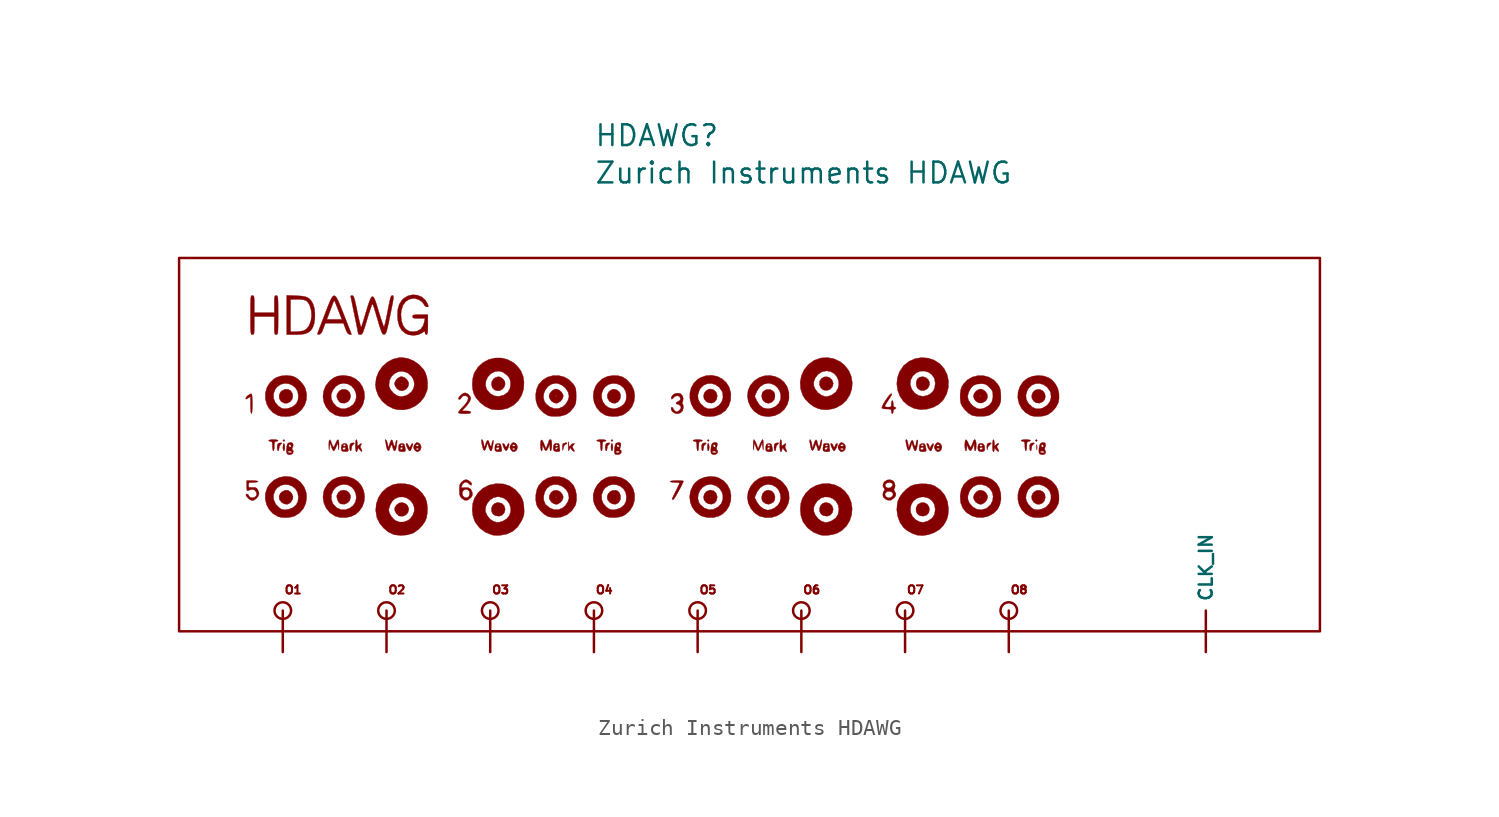
<source format=kicad_sym>
(kicad_symbol_lib
  (version 20220914)
  (generator kicad_symbol_editor)
  (symbol "Zurich Instruments HDAWG"
    (property "Reference" "HDAWG"
      (at 19.05 31.623 0)
      (effects (font (size 1.27 1.27)) (justify left)))
    (property "Value" "Zurich Instruments HDAWG"
      (at 19.05 29.337 0)
      (effects (font (size 1.27 1.27)) (justify left)))
    (symbol "Zurich Instruments HDAWG_0_0"
      (polyline (pts (xy 0.079 12.897) (xy 0.123 12.954) (xy 0.122 12.968) (xy 0.065 13.012) (xy 0.051 13.01) (xy 0.007 12.954) (xy 0.008 12.94) (xy 0.065 12.895) (xy 0.079 12.897)) (stroke (width 0.01) (type default)) (fill (type outline)))
      (polyline (pts (xy 20.166 12.897) (xy 20.21 12.954) (xy 20.208 12.968) (xy 20.152 13.012) (xy 20.138 13.01) (xy 20.093 12.954) (xy 20.095 12.94) (xy 20.152 12.895) (xy 20.166 12.897)) (stroke (width 0.01) (type default)) (fill (type outline)))
      (polyline (pts (xy 26.063 12.897) (xy 26.107 12.954) (xy 26.106 12.968) (xy 26.049 13.012) (xy 26.035 13.01) (xy 25.991 12.954) (xy 25.992 12.94) (xy 26.049 12.895) (xy 26.063 12.897)) (stroke (width 0.01) (type default)) (fill (type outline)))
      (polyline (pts (xy 46.149 12.897) (xy 46.194 12.954) (xy 46.192 12.968) (xy 46.136 13.012) (xy 46.121 13.01) (xy 46.077 12.954) (xy 46.079 12.94) (xy 46.136 12.895) (xy 46.149 12.897)) (stroke (width 0.01) (type default)) (fill (type outline)))
      (polyline (pts (xy 46.177 12.414) (xy 46.186 12.506) (xy 46.177 12.676) (xy 46.168 12.706) (xy 46.156 12.671) (xy 46.151 12.545) (xy 46.153 12.459) (xy 46.162 12.386) (xy 46.177 12.414)) (stroke (width 0.01) (type default)) (fill (type outline)))
      (polyline (pts (xy 0.078 12.317) (xy 0.111 12.399) (xy 0.123 12.545) (xy 0.122 12.597) (xy 0.102 12.727) (xy 0.065 12.778) (xy 0.052 12.773) (xy 0.02 12.691) (xy 0.007 12.545) (xy 0.008 12.492) (xy 0.029 12.363) (xy 0.065 12.311) (xy 0.078 12.317)) (stroke (width 0.01) (type default)) (fill (type outline)))
      (polyline (pts (xy 20.165 12.317) (xy 20.197 12.399) (xy 20.21 12.545) (xy 20.209 12.597) (xy 20.188 12.727) (xy 20.152 12.778) (xy 20.139 12.773) (xy 20.106 12.691) (xy 20.093 12.545) (xy 20.095 12.492) (xy 20.115 12.363) (xy 20.152 12.311) (xy 20.165 12.317)) (stroke (width 0.01) (type default)) (fill (type outline)))
      (polyline (pts (xy 26.062 12.317) (xy 26.095 12.399) (xy 26.107 12.545) (xy 26.106 12.597) (xy 26.086 12.727) (xy 26.049 12.778) (xy 26.036 12.773) (xy 26.004 12.691) (xy 25.991 12.545) (xy 25.992 12.492) (xy 26.012 12.363) (xy 26.049 12.311) (xy 26.062 12.317)) (stroke (width 0.01) (type default)) (fill (type outline)))
      (polyline (pts (xy 43.141 12.442) (xy 43.186 12.566) (xy 43.289 12.689) (xy 43.3 12.697) (xy 43.38 12.777) (xy 43.354 12.814) (xy 43.228 12.799) (xy 43.151 12.764) (xy 43.112 12.683) (xy 43.108 12.524) (xy 43.114 12.412) (xy 43.125 12.372) (xy 43.141 12.442)) (stroke (width 0.01) (type default)) (fill (type outline)))
      (polyline (pts (xy -0.244 12.362) (xy -0.227 12.484) (xy -0.205 12.608) (xy -0.125 12.713) (xy -0.11 12.722) (xy -0.052 12.782) (xy -0.092 12.812) (xy -0.215 12.799) (xy -0.279 12.772) (xy -0.331 12.694) (xy -0.344 12.538) (xy -0.342 12.492) (xy -0.322 12.363) (xy -0.285 12.311) (xy -0.244 12.362)) (stroke (width 0.01) (type default)) (fill (type outline)))
      (polyline (pts (xy 4.194 12.362) (xy 4.211 12.484) (xy 4.232 12.608) (xy 4.313 12.713) (xy 4.328 12.722) (xy 4.386 12.782) (xy 4.345 12.812) (xy 4.223 12.799) (xy 4.159 12.772) (xy 4.107 12.694) (xy 4.094 12.538) (xy 4.095 12.492) (xy 4.115 12.363) (xy 4.152 12.311) (xy 4.194 12.362)) (stroke (width 0.01) (type default)) (fill (type outline)))
      (polyline (pts (xy 19.842 12.362) (xy 19.86 12.484) (xy 19.881 12.608) (xy 19.961 12.713) (xy 19.977 12.722) (xy 20.035 12.782) (xy 19.994 12.812) (xy 19.872 12.799) (xy 19.807 12.772) (xy 19.756 12.694) (xy 19.743 12.538) (xy 19.744 12.492) (xy 19.764 12.363) (xy 19.801 12.311) (xy 19.842 12.362)) (stroke (width 0.01) (type default)) (fill (type outline)))
      (polyline (pts (xy 25.74 12.362) (xy 25.757 12.484) (xy 25.779 12.608) (xy 25.859 12.713) (xy 25.874 12.722) (xy 25.932 12.782) (xy 25.892 12.812) (xy 25.769 12.799) (xy 25.705 12.772) (xy 25.653 12.694) (xy 25.64 12.538) (xy 25.642 12.492) (xy 25.662 12.363) (xy 25.699 12.311) (xy 25.74 12.362)) (stroke (width 0.01) (type default)) (fill (type outline)))
      (polyline (pts (xy 30.178 12.362) (xy 30.195 12.484) (xy 30.216 12.608) (xy 30.297 12.713) (xy 30.312 12.722) (xy 30.37 12.782) (xy 30.329 12.812) (xy 30.207 12.799) (xy 30.142 12.772) (xy 30.091 12.694) (xy 30.078 12.538) (xy 30.079 12.492) (xy 30.099 12.363) (xy 30.136 12.311) (xy 30.178 12.362)) (stroke (width 0.01) (type default)) (fill (type outline)))
      (polyline (pts (xy 45.826 12.362) (xy 45.843 12.484) (xy 45.865 12.608) (xy 45.945 12.713) (xy 45.961 12.722) (xy 46.018 12.782) (xy 45.978 12.812) (xy 45.856 12.799) (xy 45.791 12.772) (xy 45.74 12.694) (xy 45.727 12.538) (xy 45.728 12.492) (xy 45.748 12.363) (xy 45.785 12.311) (xy 45.826 12.362)) (stroke (width 0.01) (type default)) (fill (type outline)))
      (polyline (pts (xy 46.525 15.317) (xy 46.65 15.463) (xy 46.691 15.648) (xy 46.652 15.834) (xy 46.541 15.989) (xy 46.363 16.079) (xy 46.249 16.089) (xy 46.065 16.035) (xy 45.929 15.908) (xy 45.857 15.737) (xy 45.864 15.549) (xy 45.966 15.37) (xy 46.117 15.265) (xy 46.322 15.238) (xy 46.525 15.317)) (stroke (width 0.01) (type default)) (fill (type outline)))
      (polyline (pts (xy 0.442 15.317) (xy 0.566 15.465) (xy 0.614 15.669) (xy 0.59 15.831) (xy 0.486 15.998) (xy 0.325 16.088) (xy 0.13 16.087) (xy -0.073 15.986) (xy -0.144 15.913) (xy -0.223 15.726) (xy -0.213 15.524) (xy -0.11 15.348) (xy -0.094 15.332) (xy 0.083 15.238) (xy 0.272 15.237) (xy 0.442 15.317)) (stroke (width 0.01) (type default)) (fill (type outline)))
      (polyline (pts (xy 0.46 9.136) (xy 0.587 9.325) (xy 0.61 9.384) (xy 0.625 9.52) (xy 0.568 9.671) (xy 0.49 9.788) (xy 0.327 9.902) (xy 0.135 9.906) (xy -0.073 9.796) (xy -0.16 9.705) (xy -0.23 9.52) (xy -0.201 9.328) (xy -0.073 9.162) (xy 0.087 9.07) (xy 0.287 9.05) (xy 0.46 9.136)) (stroke (width 0.01) (type default)) (fill (type outline)))
      (polyline (pts (xy 13.309 16.016) (xy 13.462 16.108) (xy 13.569 16.248) (xy 13.615 16.416) (xy 13.584 16.589) (xy 13.458 16.745) (xy 13.315 16.838) (xy 13.178 16.858) (xy 13.004 16.799) (xy 12.896 16.722) (xy 12.8 16.559) (xy 12.775 16.369) (xy 12.825 16.188) (xy 12.952 16.055) (xy 13.126 15.995) (xy 13.309 16.016)) (stroke (width 0.01) (type default)) (fill (type outline)))
      (polyline (pts (xy 17.16 12.395) (xy 17.199 12.559) (xy 17.247 12.67) (xy 17.321 12.72) (xy 17.36 12.727) (xy 17.407 12.785) (xy 17.393 12.814) (xy 17.315 12.814) (xy 17.267 12.798) (xy 17.169 12.778) (xy 17.155 12.77) (xy 17.128 12.682) (xy 17.12 12.53) (xy 17.124 12.405) (xy 17.136 12.345) (xy 17.16 12.395)) (stroke (width 0.01) (type default)) (fill (type outline)))
      (polyline (pts (xy 20.523 15.312) (xy 20.648 15.484) (xy 20.659 15.514) (xy 20.686 15.728) (xy 20.618 15.914) (xy 20.467 16.04) (xy 20.306 16.097) (xy 20.168 16.084) (xy 20.014 15.986) (xy 19.957 15.932) (xy 19.867 15.753) (xy 19.877 15.554) (xy 19.987 15.366) (xy 20.16 15.249) (xy 20.35 15.232) (xy 20.523 15.312)) (stroke (width 0.01) (type default)) (fill (type outline)))
      (polyline (pts (xy 20.551 9.139) (xy 20.664 9.322) (xy 20.684 9.422) (xy 20.665 9.612) (xy 20.59 9.78) (xy 20.474 9.879) (xy 20.372 9.907) (xy 20.177 9.893) (xy 20.016 9.804) (xy 19.904 9.663) (xy 19.856 9.494) (xy 19.888 9.319) (xy 20.014 9.162) (xy 20.189 9.066) (xy 20.385 9.052) (xy 20.551 9.139)) (stroke (width 0.01) (type default)) (fill (type outline)))
      (polyline (pts (xy 26.429 15.305) (xy 26.552 15.452) (xy 26.598 15.669) (xy 26.596 15.712) (xy 26.531 15.915) (xy 26.39 16.055) (xy 26.196 16.107) (xy 26.109 16.098) (xy 25.933 16.016) (xy 25.813 15.87) (xy 25.762 15.691) (xy 25.791 15.508) (xy 25.911 15.352) (xy 26.056 15.268) (xy 26.256 15.24) (xy 26.429 15.305)) (stroke (width 0.01) (type default)) (fill (type outline)))
      (polyline (pts (xy 39.415 8.382) (xy 39.547 8.524) (xy 39.596 8.729) (xy 39.562 8.902) (xy 39.449 9.059) (xy 39.282 9.147) (xy 39.091 9.15) (xy 38.905 9.056) (xy 38.846 8.992) (xy 38.772 8.816) (xy 38.775 8.625) (xy 38.852 8.458) (xy 38.997 8.351) (xy 39.001 8.349) (xy 39.225 8.319) (xy 39.415 8.382)) (stroke (width 0.01) (type default)) (fill (type outline)))
      (polyline (pts (xy 46.516 9.124) (xy 46.638 9.272) (xy 46.684 9.479) (xy 46.654 9.673) (xy 46.549 9.808) (xy 46.382 9.897) (xy 46.198 9.905) (xy 46.035 9.835) (xy 45.913 9.706) (xy 45.849 9.541) (xy 45.862 9.357) (xy 45.971 9.177) (xy 45.987 9.16) (xy 46.162 9.056) (xy 46.348 9.049) (xy 46.516 9.124)) (stroke (width 0.01) (type default)) (fill (type outline)))
      (polyline (pts (xy 3.967 9.134) (xy 4.101 9.283) (xy 4.152 9.484) (xy 4.138 9.601) (xy 4.049 9.77) (xy 3.903 9.876) (xy 3.728 9.915) (xy 3.553 9.885) (xy 3.404 9.78) (xy 3.311 9.597) (xy 3.305 9.503) (xy 3.343 9.33) (xy 3.423 9.172) (xy 3.524 9.081) (xy 3.57 9.065) (xy 3.78 9.055) (xy 3.967 9.134)) (stroke (width 0.01) (type default)) (fill (type outline)))
      (polyline (pts (xy 13.431 8.382) (xy 13.562 8.524) (xy 13.612 8.729) (xy 13.611 8.763) (xy 13.547 8.971) (xy 13.399 9.108) (xy 13.183 9.158) (xy 13.14 9.156) (xy 12.96 9.093) (xy 12.836 8.961) (xy 12.774 8.792) (xy 12.779 8.614) (xy 12.859 8.457) (xy 13.018 8.349) (xy 13.019 8.349) (xy 13.242 8.318) (xy 13.431 8.382)) (stroke (width 0.01) (type default)) (fill (type outline)))
      (polyline (pts (xy 29.77 15.233) (xy 29.954 15.306) (xy 30.086 15.458) (xy 30.136 15.656) (xy 30.121 15.82) (xy 30.056 15.945) (xy 29.912 16.045) (xy 29.797 16.083) (xy 29.592 16.067) (xy 29.411 15.957) (xy 29.358 15.879) (xy 29.32 15.698) (xy 29.35 15.505) (xy 29.447 15.35) (xy 29.572 15.27) (xy 29.728 15.231) (xy 29.77 15.233)) (stroke (width 0.01) (type default)) (fill (type outline)))
      (polyline (pts (xy 33.515 16.093) (xy 33.647 16.232) (xy 33.698 16.419) (xy 33.696 16.47) (xy 33.63 16.66) (xy 33.499 16.79) (xy 33.329 16.853) (xy 33.15 16.845) (xy 32.989 16.759) (xy 32.875 16.589) (xy 32.871 16.576) (xy 32.856 16.377) (xy 32.93 16.189) (xy 33.075 16.058) (xy 33.134 16.034) (xy 33.333 16.021) (xy 33.515 16.093)) (stroke (width 0.01) (type default)) (fill (type outline)))
      (polyline (pts (xy 33.517 8.382) (xy 33.649 8.524) (xy 33.698 8.727) (xy 33.696 8.771) (xy 33.625 8.971) (xy 33.471 9.107) (xy 33.258 9.158) (xy 33.223 9.157) (xy 33.045 9.095) (xy 32.923 8.964) (xy 32.862 8.794) (xy 32.868 8.615) (xy 32.947 8.457) (xy 33.104 8.349) (xy 33.106 8.349) (xy 33.328 8.318) (xy 33.517 8.382)) (stroke (width 0.01) (type default)) (fill (type outline)))
      (polyline (pts (xy 39.268 16.011) (xy 39.442 16.111) (xy 39.519 16.187) (xy 39.6 16.357) (xy 39.592 16.533) (xy 39.512 16.691) (xy 39.373 16.808) (xy 39.191 16.861) (xy 38.981 16.828) (xy 38.966 16.822) (xy 38.843 16.709) (xy 38.782 16.539) (xy 38.782 16.349) (xy 38.845 16.176) (xy 38.971 16.06) (xy 39.099 16.01) (xy 39.268 16.011)) (stroke (width 0.01) (type default)) (fill (type outline)))
      (polyline (pts (xy 7.531 8.396) (xy 7.663 8.543) (xy 7.714 8.738) (xy 7.707 8.813) (xy 7.627 8.987) (xy 7.481 9.104) (xy 7.3 9.153) (xy 7.116 9.124) (xy 6.96 9.004) (xy 6.954 8.998) (xy 6.872 8.87) (xy 6.838 8.774) (xy 6.869 8.633) (xy 6.965 8.463) (xy 7.093 8.349) (xy 7.153 8.326) (xy 7.35 8.317) (xy 7.531 8.396)) (stroke (width 0.01) (type default)) (fill (type outline)))
      (polyline (pts (xy 29.921 9.109) (xy 30.04 9.186) (xy 30.115 9.305) (xy 30.136 9.492) (xy 30.133 9.536) (xy 30.064 9.727) (xy 29.919 9.865) (xy 29.728 9.917) (xy 29.685 9.915) (xy 29.501 9.842) (xy 29.37 9.69) (xy 29.32 9.492) (xy 29.331 9.344) (xy 29.39 9.212) (xy 29.523 9.111) (xy 29.587 9.079) (xy 29.747 9.048) (xy 29.921 9.109)) (stroke (width 0.01) (type default)) (fill (type outline)))
      (polyline (pts (xy 3.97 15.31) (xy 4.102 15.459) (xy 4.152 15.667) (xy 4.152 15.697) (xy 4.095 15.894) (xy 3.968 16.027) (xy 3.801 16.09) (xy 3.621 16.079) (xy 3.456 15.988) (xy 3.334 15.813) (xy 3.318 15.769) (xy 3.301 15.63) (xy 3.358 15.476) (xy 3.363 15.466) (xy 3.447 15.339) (xy 3.524 15.27) (xy 3.563 15.256) (xy 3.781 15.237) (xy 3.97 15.31)) (stroke (width 0.01) (type default)) (fill (type outline)))
      (polyline (pts (xy 13.739 12.381) (xy 13.797 12.495) (xy 13.842 12.626) (xy 13.86 12.733) (xy 13.837 12.778) (xy 13.796 12.756) (xy 13.745 12.662) (xy 13.744 12.657) (xy 13.694 12.564) (xy 13.638 12.552) (xy 13.612 12.629) (xy 13.59 12.701) (xy 13.526 12.766) (xy 13.461 12.764) (xy 13.458 12.753) (xy 13.475 12.663) (xy 13.526 12.521) (xy 13.548 12.472) (xy 13.621 12.36) (xy 13.682 12.325) (xy 13.739 12.381)) (stroke (width 0.01) (type default)) (fill (type outline)))
      (polyline (pts (xy 39.667 12.312) (xy 39.712 12.333) (xy 39.714 12.342) (xy 39.745 12.427) (xy 39.801 12.567) (xy 39.841 12.694) (xy 39.835 12.771) (xy 39.78 12.751) (xy 39.694 12.624) (xy 39.613 12.469) (xy 39.574 12.624) (xy 39.532 12.729) (xy 39.478 12.778) (xy 39.451 12.777) (xy 39.425 12.75) (xy 39.443 12.672) (xy 39.505 12.514) (xy 39.52 12.48) (xy 39.591 12.36) (xy 39.651 12.311) (xy 39.667 12.312)) (stroke (width 0.01) (type default)) (fill (type outline)))
      (polyline (pts (xy -1.905 14.605) (xy -1.882 14.717) (xy -1.867 14.921) (xy -1.862 15.202) (xy -1.863 15.34) (xy -1.873 15.597) (xy -1.893 15.758) (xy -1.922 15.815) (xy -1.99 15.799) (xy -2.115 15.727) (xy -2.224 15.628) (xy -2.271 15.539) (xy -2.266 15.498) (xy -2.227 15.487) (xy -2.124 15.547) (xy -1.978 15.642) (xy -1.978 15.115) (xy -1.978 15.027) (xy -1.968 14.796) (xy -1.948 14.644) (xy -1.92 14.589) (xy -1.905 14.605)) (stroke (width 0.01) (type default)) (fill (type outline)))
      (polyline (pts (xy 33.793 12.338) (xy 33.858 12.438) (xy 33.922 12.572) (xy 33.965 12.695) (xy 33.966 12.764) (xy 33.916 12.773) (xy 33.848 12.719) (xy 33.815 12.629) (xy 33.809 12.592) (xy 33.757 12.545) (xy 33.731 12.554) (xy 33.698 12.629) (xy 33.677 12.701) (xy 33.612 12.766) (xy 33.548 12.764) (xy 33.544 12.754) (xy 33.56 12.665) (xy 33.611 12.525) (xy 33.63 12.481) (xy 33.7 12.36) (xy 33.757 12.311) (xy 33.793 12.338)) (stroke (width 0.01) (type default)) (fill (type outline)))
      (polyline (pts (xy 26.429 9.116) (xy 26.552 9.263) (xy 26.598 9.479) (xy 26.596 9.523) (xy 26.531 9.725) (xy 26.39 9.865) (xy 26.196 9.917) (xy 26.109 9.909) (xy 25.933 9.826) (xy 25.813 9.68) (xy 25.762 9.501) (xy 25.766 9.479) (xy 26.166 9.479) (xy 26.195 9.509) (xy 26.224 9.479) (xy 26.195 9.45) (xy 26.166 9.479) (xy 25.766 9.479) (xy 25.791 9.319) (xy 25.911 9.162) (xy 26.056 9.079) (xy 26.256 9.051) (xy 26.429 9.116)) (stroke (width 0.01) (type default)) (fill (type outline)))
      (polyline (pts (xy 7.348 15.996) (xy 7.528 16.077) (xy 7.662 16.227) (xy 7.714 16.412) (xy 7.699 16.511) (xy 7.603 16.683) (xy 7.45 16.814) (xy 7.276 16.866) (xy 7.181 16.848) (xy 7.016 16.75) (xy 6.889 16.596) (xy 6.838 16.428) (xy 7.247 16.428) (xy 7.276 16.457) (xy 7.306 16.428) (xy 7.276 16.399) (xy 7.247 16.428) (xy 6.838 16.428) (xy 6.838 16.423) (xy 6.882 16.276) (xy 6.982 16.133) (xy 7.123 16.034) (xy 7.285 15.99) (xy 7.348 15.996)) (stroke (width 0.01) (type default)) (fill (type outline)))
      (polyline (pts (xy 7.786 12.312) (xy 7.831 12.333) (xy 7.833 12.342) (xy 7.863 12.427) (xy 7.92 12.567) (xy 7.929 12.59) (xy 7.97 12.731) (xy 7.943 12.778) (xy 7.9 12.757) (xy 7.848 12.662) (xy 7.821 12.593) (xy 7.77 12.545) (xy 7.735 12.567) (xy 7.685 12.662) (xy 7.653 12.73) (xy 7.594 12.778) (xy 7.569 12.777) (xy 7.544 12.751) (xy 7.561 12.672) (xy 7.624 12.514) (xy 7.639 12.48) (xy 7.71 12.36) (xy 7.77 12.311) (xy 7.786 12.312)) (stroke (width 0.01) (type default)) (fill (type outline)))
      (polyline (pts (xy 43.004 15.352) (xy 43.062 15.407) (xy 43.151 15.583) (xy 43.135 15.777) (xy 43.014 15.963) (xy 43.009 15.968) (xy 42.865 16.066) (xy 42.72 16.107) (xy 42.624 16.089) (xy 42.459 15.99) (xy 42.333 15.837) (xy 42.282 15.669) (xy 42.69 15.669) (xy 42.72 15.698) (xy 42.749 15.669) (xy 42.72 15.64) (xy 42.69 15.669) (xy 42.282 15.669) (xy 42.282 15.664) (xy 42.325 15.517) (xy 42.425 15.374) (xy 42.601 15.257) (xy 42.798 15.247) (xy 43.004 15.352)) (stroke (width 0.01) (type default)) (fill (type outline)))
      (polyline (pts (xy -0.556 12.331) (xy -0.529 12.437) (xy -0.519 12.603) (xy -0.518 12.671) (xy -0.507 12.815) (xy -0.472 12.88) (xy -0.402 12.895) (xy -0.334 12.906) (xy -0.285 12.954) (xy -0.305 12.975) (xy -0.411 13.002) (xy -0.577 13.012) (xy -0.682 13.008) (xy -0.817 12.987) (xy -0.869 12.954) (xy -0.847 12.92) (xy -0.752 12.895) (xy -0.725 12.894) (xy -0.668 12.866) (xy -0.642 12.778) (xy -0.636 12.603) (xy -0.632 12.498) (xy -0.611 12.364) (xy -0.577 12.311) (xy -0.556 12.331)) (stroke (width 0.01) (type default)) (fill (type outline)))
      (polyline (pts (xy 16.831 9.059) (xy 16.996 9.158) (xy 17.123 9.311) (xy 17.174 9.479) (xy 17.174 9.485) (xy 17.13 9.632) (xy 17.03 9.774) (xy 16.965 9.831) (xy 16.772 9.913) (xy 16.582 9.89) (xy 16.419 9.764) (xy 16.316 9.569) (xy 16.318 9.479) (xy 16.706 9.479) (xy 16.736 9.509) (xy 16.765 9.479) (xy 16.736 9.45) (xy 16.706 9.479) (xy 16.318 9.479) (xy 16.321 9.371) (xy 16.441 9.185) (xy 16.446 9.18) (xy 16.59 9.082) (xy 16.736 9.041) (xy 16.831 9.059)) (stroke (width 0.01) (type default)) (fill (type outline)))
      (polyline (pts (xy 16.831 15.248) (xy 16.996 15.347) (xy 17.123 15.5) (xy 17.174 15.669) (xy 17.156 15.765) (xy 17.057 15.929) (xy 16.904 16.056) (xy 16.736 16.107) (xy 16.64 16.089) (xy 16.476 15.99) (xy 16.349 15.837) (xy 16.298 15.669) (xy 16.706 15.669) (xy 16.736 15.698) (xy 16.765 15.669) (xy 16.736 15.64) (xy 16.706 15.669) (xy 16.298 15.669) (xy 16.298 15.664) (xy 16.341 15.517) (xy 16.441 15.374) (xy 16.446 15.369) (xy 16.59 15.271) (xy 16.736 15.231) (xy 16.831 15.248)) (stroke (width 0.01) (type default)) (fill (type outline)))
      (polyline (pts (xy 19.53 12.331) (xy 19.557 12.437) (xy 19.568 12.603) (xy 19.568 12.671) (xy 19.579 12.815) (xy 19.614 12.88) (xy 19.684 12.895) (xy 19.752 12.906) (xy 19.801 12.954) (xy 19.782 12.975) (xy 19.676 13.002) (xy 19.509 13.012) (xy 19.404 13.008) (xy 19.27 12.987) (xy 19.217 12.954) (xy 19.239 12.92) (xy 19.334 12.895) (xy 19.361 12.894) (xy 19.419 12.866) (xy 19.445 12.778) (xy 19.451 12.603) (xy 19.455 12.498) (xy 19.476 12.364) (xy 19.509 12.311) (xy 19.53 12.331)) (stroke (width 0.01) (type default)) (fill (type outline)))
      (polyline (pts (xy 25.428 12.331) (xy 25.455 12.437) (xy 25.465 12.603) (xy 25.466 12.671) (xy 25.477 12.815) (xy 25.512 12.88) (xy 25.582 12.895) (xy 25.65 12.906) (xy 25.699 12.954) (xy 25.679 12.975) (xy 25.573 13.002) (xy 25.407 13.012) (xy 25.302 13.008) (xy 25.167 12.987) (xy 25.115 12.954) (xy 25.137 12.92) (xy 25.232 12.895) (xy 25.259 12.894) (xy 25.316 12.866) (xy 25.342 12.778) (xy 25.348 12.603) (xy 25.352 12.498) (xy 25.373 12.364) (xy 25.407 12.311) (xy 25.428 12.331)) (stroke (width 0.01) (type default)) (fill (type outline)))
      (polyline (pts (xy 42.815 9.058) (xy 42.983 9.158) (xy 43.108 9.318) (xy 43.157 9.502) (xy 43.147 9.579) (xy 43.055 9.745) (xy 42.897 9.869) (xy 42.709 9.917) (xy 42.611 9.898) (xy 42.453 9.796) (xy 42.331 9.644) (xy 42.282 9.479) (xy 42.69 9.479) (xy 42.72 9.509) (xy 42.749 9.479) (xy 42.72 9.45) (xy 42.69 9.479) (xy 42.282 9.479) (xy 42.282 9.474) (xy 42.325 9.327) (xy 42.425 9.185) (xy 42.43 9.18) (xy 42.574 9.082) (xy 42.72 9.041) (xy 42.815 9.058)) (stroke (width 0.01) (type default)) (fill (type outline)))
      (polyline (pts (xy 45.514 12.331) (xy 45.541 12.437) (xy 45.552 12.603) (xy 45.552 12.671) (xy 45.563 12.815) (xy 45.598 12.88) (xy 45.668 12.895) (xy 45.736 12.906) (xy 45.785 12.954) (xy 45.765 12.975) (xy 45.66 13.002) (xy 45.493 13.012) (xy 45.388 13.008) (xy 45.254 12.987) (xy 45.201 12.954) (xy 45.223 12.92) (xy 45.318 12.895) (xy 45.345 12.894) (xy 45.403 12.866) (xy 45.429 12.778) (xy 45.435 12.603) (xy 45.439 12.498) (xy 45.46 12.364) (xy 45.493 12.311) (xy 45.514 12.331)) (stroke (width 0.01) (type default)) (fill (type outline)))
      (polyline (pts (xy 17.856 12.315) (xy 17.794 12.436) (xy 17.749 12.505) (xy 17.735 12.585) (xy 17.797 12.673) (xy 17.839 12.721) (xy 17.86 12.769) (xy 17.799 12.778) (xy 17.718 12.749) (xy 17.619 12.654) (xy 17.587 12.61) (xy 17.547 12.578) (xy 17.525 12.632) (xy 17.509 12.785) (xy 17.503 12.843) (xy 17.492 12.887) (xy 17.485 12.818) (xy 17.48 12.633) (xy 17.478 12.465) (xy 17.485 12.342) (xy 17.502 12.314) (xy 17.532 12.37) (xy 17.591 12.516) (xy 17.705 12.376) (xy 17.763 12.314) (xy 17.84 12.27) (xy 17.856 12.315)) (stroke (width 0.01) (type default)) (fill (type outline)))
      (polyline (pts (xy 4.536 12.267) (xy 4.581 12.38) (xy 4.614 12.507) (xy 4.732 12.365) (xy 4.763 12.329) (xy 4.83 12.274) (xy 4.851 12.314) (xy 4.844 12.364) (xy 4.782 12.476) (xy 4.739 12.556) (xy 4.782 12.663) (xy 4.795 12.684) (xy 4.823 12.765) (xy 4.777 12.764) (xy 4.668 12.682) (xy 4.651 12.667) (xy 4.59 12.625) (xy 4.566 12.663) (xy 4.561 12.799) (xy 4.56 12.833) (xy 4.541 12.96) (xy 4.503 13.012) (xy 4.474 12.967) (xy 4.453 12.831) (xy 4.444 12.633) (xy 4.446 12.531) (xy 4.464 12.352) (xy 4.496 12.261) (xy 4.536 12.267)) (stroke (width 0.01) (type default)) (fill (type outline)))
      (polyline (pts (xy 30.863 12.292) (xy 30.813 12.399) (xy 30.807 12.408) (xy 30.75 12.543) (xy 30.779 12.662) (xy 30.787 12.677) (xy 30.811 12.763) (xy 30.763 12.765) (xy 30.652 12.682) (xy 30.635 12.667) (xy 30.574 12.625) (xy 30.549 12.663) (xy 30.545 12.799) (xy 30.544 12.833) (xy 30.525 12.96) (xy 30.487 13.012) (xy 30.459 12.967) (xy 30.437 12.831) (xy 30.428 12.633) (xy 30.43 12.53) (xy 30.448 12.351) (xy 30.48 12.261) (xy 30.521 12.269) (xy 30.566 12.384) (xy 30.601 12.516) (xy 30.693 12.384) (xy 30.772 12.294) (xy 30.841 12.255) (xy 30.863 12.292)) (stroke (width 0.01) (type default)) (fill (type outline)))
      (polyline (pts (xy 43.545 12.282) (xy 43.568 12.384) (xy 43.57 12.516) (xy 43.687 12.376) (xy 43.745 12.314) (xy 43.825 12.271) (xy 43.843 12.32) (xy 43.783 12.447) (xy 43.737 12.523) (xy 43.725 12.602) (xy 43.787 12.682) (xy 43.795 12.69) (xy 43.846 12.759) (xy 43.804 12.778) (xy 43.743 12.759) (xy 43.648 12.676) (xy 43.644 12.671) (xy 43.596 12.623) (xy 43.574 12.658) (xy 43.568 12.793) (xy 43.567 12.832) (xy 43.546 12.96) (xy 43.508 13.012) (xy 43.48 12.967) (xy 43.458 12.831) (xy 43.45 12.633) (xy 43.456 12.449) (xy 43.477 12.307) (xy 43.508 12.253) (xy 43.545 12.282)) (stroke (width 0.01) (type default)) (fill (type outline)))
      (polyline (pts (xy 23.932 9.357) (xy 24.006 9.461) (xy 24.107 9.628) (xy 24.222 9.829) (xy 24.336 10.04) (xy 24.435 10.235) (xy 24.504 10.388) (xy 24.531 10.473) (xy 24.531 10.474) (xy 24.47 10.488) (xy 24.324 10.498) (xy 24.122 10.501) (xy 24.122 10.501) (xy 23.912 10.493) (xy 23.767 10.473) (xy 23.713 10.443) (xy 23.733 10.422) (xy 23.839 10.395) (xy 24.005 10.384) (xy 24.11 10.382) (xy 24.245 10.371) (xy 24.297 10.354) (xy 24.292 10.337) (xy 24.248 10.237) (xy 24.168 10.069) (xy 24.064 9.859) (xy 24.015 9.762) (xy 23.92 9.567) (xy 23.855 9.426) (xy 23.83 9.364) (xy 23.836 9.352) (xy 23.905 9.333) (xy 23.932 9.357)) (stroke (width 0.01) (type default)) (fill (type outline)))
      (polyline (pts (xy 29.12 12.323) (xy 29.182 12.411) (xy 29.251 12.559) (xy 29.348 12.808) (xy 29.383 12.545) (xy 29.388 12.509) (xy 29.405 12.394) (xy 29.415 12.373) (xy 29.422 12.455) (xy 29.427 12.647) (xy 29.425 12.82) (xy 29.41 12.959) (xy 29.385 13.012) (xy 29.358 12.993) (xy 29.293 12.892) (xy 29.22 12.735) (xy 29.106 12.458) (xy 29 12.735) (xy 28.959 12.835) (xy 28.892 12.962) (xy 28.844 13.012) (xy 28.821 12.968) (xy 28.805 12.836) (xy 28.802 12.647) (xy 28.803 12.598) (xy 28.809 12.43) (xy 28.816 12.369) (xy 28.827 12.41) (xy 28.846 12.545) (xy 28.881 12.808) (xy 28.963 12.559) (xy 28.989 12.488) (xy 29.05 12.361) (xy 29.099 12.311) (xy 29.12 12.323)) (stroke (width 0.01) (type default)) (fill (type outline)))
      (polyline (pts (xy 12.786 12.344) (xy 12.836 12.492) (xy 12.881 12.756) (xy 12.897 12.902) (xy 12.891 12.976) (xy 12.858 12.954) (xy 12.823 12.881) (xy 12.795 12.735) (xy 12.789 12.664) (xy 12.75 12.607) (xy 12.697 12.647) (xy 12.649 12.778) (xy 12.613 12.903) (xy 12.559 12.973) (xy 12.497 12.927) (xy 12.426 12.764) (xy 12.34 12.516) (xy 12.297 12.764) (xy 12.283 12.83) (xy 12.243 12.96) (xy 12.203 13.012) (xy 12.2 13.012) (xy 12.165 12.998) (xy 12.156 12.94) (xy 12.172 12.817) (xy 12.216 12.603) (xy 12.224 12.566) (xy 12.281 12.394) (xy 12.341 12.338) (xy 12.405 12.399) (xy 12.47 12.576) (xy 12.534 12.805) (xy 12.608 12.558) (xy 12.667 12.395) (xy 12.729 12.312) (xy 12.786 12.344)) (stroke (width 0.01) (type default)) (fill (type outline)))
      (polyline (pts (xy 38.768 12.343) (xy 38.82 12.489) (xy 38.869 12.75) (xy 38.885 12.879) (xy 38.881 12.979) (xy 38.844 12.988) (xy 38.805 12.939) (xy 38.777 12.819) (xy 38.765 12.69) (xy 38.727 12.608) (xy 38.679 12.622) (xy 38.638 12.741) (xy 38.597 12.9) (xy 38.543 12.971) (xy 38.481 12.926) (xy 38.41 12.764) (xy 38.324 12.516) (xy 38.281 12.764) (xy 38.267 12.83) (xy 38.227 12.96) (xy 38.187 13.012) (xy 38.184 13.012) (xy 38.149 12.998) (xy 38.14 12.94) (xy 38.156 12.817) (xy 38.2 12.603) (xy 38.208 12.566) (xy 38.265 12.394) (xy 38.325 12.338) (xy 38.389 12.399) (xy 38.454 12.576) (xy 38.518 12.805) (xy 38.592 12.558) (xy 38.651 12.395) (xy 38.712 12.312) (xy 38.768 12.343)) (stroke (width 0.01) (type default)) (fill (type outline)))
      (polyline (pts (xy 3.136 12.323) (xy 3.198 12.411) (xy 3.267 12.559) (xy 3.364 12.808) (xy 3.399 12.545) (xy 3.404 12.509) (xy 3.421 12.394) (xy 3.431 12.373) (xy 3.438 12.455) (xy 3.443 12.647) (xy 3.443 12.784) (xy 3.423 12.951) (xy 3.379 13.007) (xy 3.316 12.95) (xy 3.234 12.778) (xy 3.208 12.717) (xy 3.146 12.594) (xy 3.102 12.545) (xy 3.09 12.552) (xy 3.043 12.634) (xy 2.992 12.778) (xy 2.954 12.888) (xy 2.896 12.992) (xy 2.851 12.985) (xy 2.824 12.868) (xy 2.818 12.647) (xy 2.82 12.598) (xy 2.825 12.43) (xy 2.832 12.369) (xy 2.843 12.41) (xy 2.862 12.545) (xy 2.897 12.808) (xy 2.979 12.559) (xy 3.005 12.488) (xy 3.067 12.361) (xy 3.115 12.311) (xy 3.136 12.323)) (stroke (width 0.01) (type default)) (fill (type outline)))
      (polyline (pts (xy 8.361 12.313) (xy 8.432 12.381) (xy 8.473 12.545) (xy 8.449 12.659) (xy 8.353 12.785) (xy 8.219 12.837) (xy 8.201 12.834) (xy 8.117 12.767) (xy 8.04 12.654) (xy 8.03 12.621) (xy 8.141 12.621) (xy 8.17 12.673) (xy 8.23 12.713) (xy 8.31 12.673) (xy 8.323 12.659) (xy 8.333 12.615) (xy 8.24 12.603) (xy 8.212 12.604) (xy 8.141 12.621) (xy 8.03 12.621) (xy 8.006 12.545) (xy 8.023 12.467) (xy 8.046 12.428) (xy 8.152 12.428) (xy 8.157 12.465) (xy 8.24 12.486) (xy 8.309 12.474) (xy 8.327 12.428) (xy 8.316 12.412) (xy 8.24 12.37) (xy 8.224 12.372) (xy 8.152 12.428) (xy 8.046 12.428) (xy 8.098 12.345) (xy 8.175 12.275) (xy 8.248 12.262) (xy 8.361 12.313)) (stroke (width 0.01) (type default)) (fill (type outline)))
      (polyline (pts (xy 14.258 12.313) (xy 14.329 12.381) (xy 14.371 12.545) (xy 14.347 12.659) (xy 14.251 12.785) (xy 14.116 12.837) (xy 14.098 12.834) (xy 14.015 12.767) (xy 13.938 12.654) (xy 13.927 12.621) (xy 14.039 12.621) (xy 14.067 12.673) (xy 14.128 12.713) (xy 14.207 12.673) (xy 14.221 12.659) (xy 14.23 12.615) (xy 14.137 12.603) (xy 14.109 12.604) (xy 14.039 12.621) (xy 13.927 12.621) (xy 13.904 12.545) (xy 13.92 12.467) (xy 13.944 12.428) (xy 14.05 12.428) (xy 14.054 12.465) (xy 14.137 12.486) (xy 14.207 12.474) (xy 14.225 12.428) (xy 14.213 12.412) (xy 14.137 12.37) (xy 14.122 12.372) (xy 14.05 12.428) (xy 13.944 12.428) (xy 13.995 12.345) (xy 14.073 12.275) (xy 14.145 12.262) (xy 14.258 12.313)) (stroke (width 0.01) (type default)) (fill (type outline)))
      (polyline (pts (xy 15.879 12.352) (xy 15.894 12.501) (xy 15.899 12.691) (xy 15.982 12.501) (xy 16.038 12.388) (xy 16.108 12.323) (xy 16.176 12.37) (xy 16.255 12.53) (xy 16.345 12.749) (xy 16.351 12.53) (xy 16.351 12.517) (xy 16.368 12.362) (xy 16.399 12.31) (xy 16.433 12.349) (xy 16.461 12.47) (xy 16.473 12.662) (xy 16.473 12.704) (xy 16.463 12.89) (xy 16.436 12.985) (xy 16.385 13.012) (xy 16.345 13.006) (xy 16.298 12.961) (xy 16.295 12.943) (xy 16.262 12.836) (xy 16.203 12.683) (xy 16.109 12.457) (xy 16.007 12.717) (xy 15.951 12.848) (xy 15.874 12.974) (xy 15.818 12.986) (xy 15.784 12.884) (xy 15.772 12.666) (xy 15.773 12.638) (xy 15.787 12.46) (xy 15.815 12.345) (xy 15.849 12.304) (xy 15.879 12.352)) (stroke (width 0.01) (type default)) (fill (type outline)))
      (polyline (pts (xy 34.344 12.313) (xy 34.416 12.381) (xy 34.457 12.545) (xy 34.433 12.659) (xy 34.337 12.785) (xy 34.203 12.837) (xy 34.185 12.834) (xy 34.101 12.767) (xy 34.029 12.662) (xy 34.136 12.662) (xy 34.157 12.684) (xy 34.256 12.72) (xy 34.294 12.714) (xy 34.34 12.662) (xy 34.317 12.627) (xy 34.22 12.603) (xy 34.154 12.616) (xy 34.136 12.662) (xy 34.029 12.662) (xy 34.024 12.654) (xy 33.99 12.545) (xy 34.007 12.467) (xy 34.03 12.428) (xy 34.136 12.428) (xy 34.14 12.464) (xy 34.22 12.486) (xy 34.291 12.475) (xy 34.34 12.428) (xy 34.332 12.402) (xy 34.256 12.37) (xy 34.221 12.374) (xy 34.136 12.428) (xy 34.03 12.428) (xy 34.082 12.345) (xy 34.159 12.275) (xy 34.232 12.262) (xy 34.344 12.313)) (stroke (width 0.01) (type default)) (fill (type outline)))
      (polyline (pts (xy 40.242 12.313) (xy 40.313 12.381) (xy 40.355 12.545) (xy 40.331 12.659) (xy 40.235 12.785) (xy 40.1 12.837) (xy 40.082 12.834) (xy 39.999 12.767) (xy 39.922 12.654) (xy 39.911 12.621) (xy 40.022 12.621) (xy 40.051 12.673) (xy 40.112 12.713) (xy 40.191 12.673) (xy 40.205 12.659) (xy 40.214 12.615) (xy 40.121 12.603) (xy 40.093 12.604) (xy 40.022 12.621) (xy 39.911 12.621) (xy 39.888 12.545) (xy 39.904 12.467) (xy 39.928 12.428) (xy 40.034 12.428) (xy 40.038 12.465) (xy 40.121 12.486) (xy 40.191 12.474) (xy 40.209 12.428) (xy 40.197 12.412) (xy 40.121 12.37) (xy 40.106 12.372) (xy 40.034 12.428) (xy 39.928 12.428) (xy 39.979 12.345) (xy 40.057 12.275) (xy 40.129 12.262) (xy 40.242 12.313)) (stroke (width 0.01) (type default)) (fill (type outline)))
      (polyline (pts (xy 41.862 12.352) (xy 41.878 12.501) (xy 41.883 12.691) (xy 41.965 12.501) (xy 42.022 12.388) (xy 42.093 12.323) (xy 42.163 12.37) (xy 42.243 12.53) (xy 42.334 12.749) (xy 42.337 12.53) (xy 42.339 12.491) (xy 42.36 12.363) (xy 42.398 12.311) (xy 42.425 12.348) (xy 42.448 12.475) (xy 42.457 12.662) (xy 42.45 12.819) (xy 42.417 12.97) (xy 42.365 13.017) (xy 42.3 12.954) (xy 42.23 12.778) (xy 42.212 12.722) (xy 42.157 12.595) (xy 42.113 12.545) (xy 42.098 12.553) (xy 42.04 12.636) (xy 41.974 12.778) (xy 41.934 12.872) (xy 41.86 12.989) (xy 41.804 12.992) (xy 41.769 12.883) (xy 41.756 12.662) (xy 41.756 12.641) (xy 41.77 12.462) (xy 41.798 12.346) (xy 41.833 12.305) (xy 41.862 12.352)) (stroke (width 0.01) (type default)) (fill (type outline)))
      (polyline (pts (xy 7.346 12.265) (xy 7.471 12.279) (xy 7.513 12.331) (xy 7.502 12.452) (xy 7.469 12.619) (xy 7.429 12.729) (xy 7.366 12.77) (xy 7.263 12.768) (xy 7.209 12.759) (xy 7.12 12.704) (xy 7.11 12.662) (xy 7.218 12.662) (xy 7.23 12.678) (xy 7.309 12.72) (xy 7.322 12.718) (xy 7.364 12.662) (xy 7.353 12.634) (xy 7.273 12.603) (xy 7.231 12.612) (xy 7.218 12.662) (xy 7.11 12.662) (xy 7.088 12.574) (xy 7.086 12.452) (xy 7.189 12.452) (xy 7.201 12.498) (xy 7.281 12.545) (xy 7.325 12.535) (xy 7.351 12.476) (xy 7.293 12.399) (xy 7.223 12.389) (xy 7.189 12.452) (xy 7.086 12.452) (xy 7.086 12.434) (xy 7.1 12.328) (xy 7.103 12.321) (xy 7.184 12.277) (xy 7.329 12.264) (xy 7.346 12.265)) (stroke (width 0.01) (type default)) (fill (type outline)))
      (polyline (pts (xy 16.951 12.295) (xy 16.972 12.354) (xy 16.951 12.454) (xy 16.94 12.608) (xy 16.936 12.69) (xy 16.892 12.762) (xy 16.772 12.778) (xy 16.695 12.774) (xy 16.611 12.725) (xy 16.576 12.621) (xy 16.666 12.621) (xy 16.695 12.673) (xy 16.756 12.713) (xy 16.835 12.673) (xy 16.848 12.659) (xy 16.858 12.615) (xy 16.765 12.603) (xy 16.737 12.604) (xy 16.666 12.621) (xy 16.576 12.621) (xy 16.568 12.595) (xy 16.56 12.444) (xy 16.561 12.44) (xy 16.674 12.44) (xy 16.706 12.502) (xy 16.785 12.543) (xy 16.856 12.531) (xy 16.858 12.504) (xy 16.801 12.434) (xy 16.744 12.399) (xy 16.679 12.426) (xy 16.674 12.44) (xy 16.561 12.44) (xy 16.593 12.336) (xy 16.627 12.307) (xy 16.736 12.27) (xy 16.858 12.266) (xy 16.951 12.295)) (stroke (width 0.01) (type default)) (fill (type outline)))
      (polyline (pts (xy 29.826 12.265) (xy 29.952 12.279) (xy 29.994 12.331) (xy 29.982 12.452) (xy 29.95 12.619) (xy 29.909 12.729) (xy 29.847 12.77) (xy 29.744 12.768) (xy 29.689 12.759) (xy 29.601 12.704) (xy 29.59 12.662) (xy 29.669 12.662) (xy 29.679 12.688) (xy 29.757 12.72) (xy 29.797 12.713) (xy 29.844 12.662) (xy 29.835 12.635) (xy 29.757 12.603) (xy 29.717 12.61) (xy 29.669 12.662) (xy 29.59 12.662) (xy 29.569 12.574) (xy 29.566 12.452) (xy 29.669 12.452) (xy 29.681 12.498) (xy 29.762 12.545) (xy 29.806 12.535) (xy 29.831 12.476) (xy 29.773 12.399) (xy 29.703 12.389) (xy 29.669 12.452) (xy 29.566 12.452) (xy 29.566 12.434) (xy 29.58 12.328) (xy 29.584 12.321) (xy 29.665 12.277) (xy 29.809 12.264) (xy 29.826 12.265)) (stroke (width 0.01) (type default)) (fill (type outline)))
      (polyline (pts (xy 32.88 12.384) (xy 32.928 12.514) (xy 32.971 12.677) (xy 33.002 12.839) (xy 33.011 12.963) (xy 32.99 13.012) (xy 32.978 13.006) (xy 32.938 12.925) (xy 32.903 12.78) (xy 32.872 12.643) (xy 32.829 12.583) (xy 32.783 12.637) (xy 32.739 12.807) (xy 32.696 12.958) (xy 32.644 13) (xy 32.584 12.925) (xy 32.515 12.735) (xy 32.435 12.457) (xy 32.392 12.735) (xy 32.373 12.827) (xy 32.331 12.96) (xy 32.287 13.012) (xy 32.255 12.982) (xy 32.257 12.881) (xy 32.261 12.867) (xy 32.294 12.711) (xy 32.329 12.528) (xy 32.363 12.401) (xy 32.42 12.336) (xy 32.488 12.385) (xy 32.563 12.548) (xy 32.634 12.749) (xy 32.699 12.585) (xy 32.744 12.454) (xy 32.764 12.361) (xy 32.77 12.339) (xy 32.836 12.325) (xy 32.88 12.384)) (stroke (width 0.01) (type default)) (fill (type outline)))
      (polyline (pts (xy 42.879 12.278) (xy 42.962 12.324) (xy 42.982 12.438) (xy 42.982 12.444) (xy 42.96 12.642) (xy 42.886 12.747) (xy 42.749 12.778) (xy 42.668 12.772) (xy 42.594 12.721) (xy 42.567 12.621) (xy 42.65 12.621) (xy 42.679 12.673) (xy 42.739 12.713) (xy 42.819 12.673) (xy 42.832 12.659) (xy 42.842 12.615) (xy 42.749 12.603) (xy 42.721 12.604) (xy 42.65 12.621) (xy 42.567 12.621) (xy 42.558 12.589) (xy 42.557 12.583) (xy 42.555 12.466) (xy 42.656 12.466) (xy 42.718 12.523) (xy 42.78 12.539) (xy 42.852 12.514) (xy 42.839 12.432) (xy 42.832 12.422) (xy 42.745 12.372) (xy 42.661 12.428) (xy 42.656 12.466) (xy 42.555 12.466) (xy 42.554 12.432) (xy 42.585 12.329) (xy 42.67 12.284) (xy 42.812 12.27) (xy 42.879 12.278)) (stroke (width 0.01) (type default)) (fill (type outline)))
      (polyline (pts (xy 3.842 12.271) (xy 3.967 12.284) (xy 4.009 12.335) (xy 3.998 12.454) (xy 3.966 12.618) (xy 3.925 12.728) (xy 3.863 12.77) (xy 3.76 12.768) (xy 3.705 12.759) (xy 3.617 12.704) (xy 3.606 12.662) (xy 3.685 12.662) (xy 3.695 12.688) (xy 3.773 12.72) (xy 3.813 12.713) (xy 3.861 12.662) (xy 3.851 12.635) (xy 3.773 12.603) (xy 3.733 12.61) (xy 3.685 12.662) (xy 3.606 12.662) (xy 3.585 12.574) (xy 3.582 12.466) (xy 3.651 12.466) (xy 3.713 12.523) (xy 3.775 12.539) (xy 3.847 12.514) (xy 3.834 12.432) (xy 3.827 12.422) (xy 3.74 12.372) (xy 3.656 12.428) (xy 3.651 12.466) (xy 3.582 12.466) (xy 3.582 12.435) (xy 3.595 12.332) (xy 3.599 12.324) (xy 3.681 12.284) (xy 3.824 12.27) (xy 3.842 12.271)) (stroke (width 0.01) (type default)) (fill (type outline)))
      (polyline (pts (xy 13.243 12.265) (xy 13.369 12.279) (xy 13.411 12.331) (xy 13.399 12.452) (xy 13.367 12.619) (xy 13.326 12.729) (xy 13.264 12.77) (xy 13.161 12.768) (xy 13.106 12.759) (xy 13.018 12.704) (xy 13.007 12.662) (xy 13.086 12.662) (xy 13.096 12.688) (xy 13.174 12.72) (xy 13.214 12.713) (xy 13.261 12.662) (xy 13.252 12.635) (xy 13.174 12.603) (xy 13.134 12.61) (xy 13.086 12.662) (xy 13.007 12.662) (xy 12.986 12.574) (xy 12.984 12.466) (xy 13.052 12.466) (xy 13.114 12.523) (xy 13.176 12.539) (xy 13.248 12.514) (xy 13.235 12.432) (xy 13.228 12.422) (xy 13.141 12.372) (xy 13.057 12.428) (xy 13.052 12.466) (xy 12.984 12.466) (xy 12.983 12.434) (xy 12.997 12.328) (xy 13.001 12.321) (xy 13.082 12.277) (xy 13.226 12.264) (xy 13.243 12.265)) (stroke (width 0.01) (type default)) (fill (type outline)))
      (polyline (pts (xy 39.227 12.265) (xy 39.353 12.279) (xy 39.395 12.331) (xy 39.383 12.452) (xy 39.351 12.619) (xy 39.31 12.729) (xy 39.248 12.77) (xy 39.145 12.768) (xy 39.09 12.759) (xy 39.002 12.704) (xy 38.991 12.662) (xy 39.07 12.662) (xy 39.08 12.688) (xy 39.158 12.72) (xy 39.198 12.713) (xy 39.245 12.662) (xy 39.236 12.635) (xy 39.158 12.603) (xy 39.117 12.61) (xy 39.07 12.662) (xy 38.991 12.662) (xy 38.97 12.574) (xy 38.968 12.466) (xy 39.036 12.466) (xy 39.098 12.523) (xy 39.16 12.539) (xy 39.232 12.514) (xy 39.219 12.432) (xy 39.212 12.422) (xy 39.125 12.372) (xy 39.041 12.428) (xy 39.036 12.466) (xy 38.968 12.466) (xy 38.967 12.434) (xy 38.981 12.328) (xy 38.984 12.321) (xy 39.066 12.277) (xy 39.21 12.264) (xy 39.227 12.265)) (stroke (width 0.01) (type default)) (fill (type outline)))
      (polyline (pts (xy 6.915 12.392) (xy 6.927 12.431) (xy 6.955 12.572) (xy 6.984 12.756) (xy 7 12.902) (xy 6.994 12.976) (xy 6.96 12.954) (xy 6.925 12.881) (xy 6.898 12.735) (xy 6.886 12.642) (xy 6.848 12.607) (xy 6.798 12.665) (xy 6.755 12.808) (xy 6.719 12.947) (xy 6.67 13.001) (xy 6.613 12.94) (xy 6.545 12.764) (xy 6.467 12.516) (xy 6.411 12.764) (xy 6.393 12.831) (xy 6.344 12.961) (xy 6.298 13.012) (xy 6.275 13.002) (xy 6.273 12.932) (xy 6.283 12.899) (xy 6.313 12.761) (xy 6.344 12.582) (xy 6.35 12.546) (xy 6.399 12.38) (xy 6.461 12.317) (xy 6.522 12.362) (xy 6.572 12.517) (xy 6.597 12.616) (xy 6.645 12.687) (xy 6.695 12.644) (xy 6.742 12.488) (xy 6.745 12.473) (xy 6.795 12.346) (xy 6.857 12.316) (xy 6.915 12.392)) (stroke (width 0.01) (type default)) (fill (type outline)))
      (polyline (pts (xy 11.216 14.589) (xy 11.394 14.6) (xy 11.484 14.627) (xy 11.51 14.676) (xy 11.496 14.717) (xy 11.413 14.753) (xy 11.235 14.764) (xy 10.96 14.764) (xy 11.17 14.983) (xy 11.307 15.137) (xy 11.46 15.364) (xy 11.51 15.548) (xy 11.502 15.593) (xy 11.423 15.722) (xy 11.293 15.829) (xy 11.157 15.873) (xy 11.156 15.873) (xy 11.04 15.834) (xy 10.907 15.739) (xy 10.796 15.624) (xy 10.751 15.525) (xy 10.757 15.493) (xy 10.812 15.463) (xy 10.889 15.497) (xy 10.943 15.581) (xy 10.972 15.636) (xy 11.08 15.693) (xy 11.217 15.687) (xy 11.333 15.612) (xy 11.358 15.529) (xy 11.309 15.374) (xy 11.174 15.174) (xy 10.959 14.942) (xy 10.89 14.871) (xy 10.79 14.747) (xy 10.751 14.665) (xy 10.785 14.622) (xy 10.907 14.597) (xy 11.13 14.589) (xy 11.216 14.589)) (stroke (width 0.01) (type default)) (fill (type outline)))
      (polyline (pts (xy 0.601 12.147) (xy 0.649 12.256) (xy 0.64 12.316) (xy 0.588 12.401) (xy 0.561 12.428) (xy 0.585 12.509) (xy 0.614 12.553) (xy 0.639 12.681) (xy 0.599 12.79) (xy 0.505 12.836) (xy 0.431 12.829) (xy 0.322 12.792) (xy 0.279 12.724) (xy 0.257 12.637) (xy 0.357 12.637) (xy 0.391 12.701) (xy 0.461 12.691) (xy 0.519 12.614) (xy 0.518 12.579) (xy 0.45 12.545) (xy 0.404 12.557) (xy 0.357 12.637) (xy 0.257 12.637) (xy 0.241 12.575) (xy 0.223 12.397) (xy 0.227 12.253) (xy 0.299 12.253) (xy 0.319 12.286) (xy 0.412 12.311) (xy 0.479 12.302) (xy 0.561 12.253) (xy 0.547 12.213) (xy 0.448 12.195) (xy 0.349 12.209) (xy 0.299 12.253) (xy 0.227 12.253) (xy 0.227 12.236) (xy 0.26 12.14) (xy 0.351 12.088) (xy 0.486 12.087) (xy 0.601 12.147)) (stroke (width 0.01) (type default)) (fill (type outline)))
      (polyline (pts (xy 20.687 12.146) (xy 20.735 12.259) (xy 20.724 12.321) (xy 20.671 12.37) (xy 20.64 12.386) (xy 20.647 12.472) (xy 20.703 12.666) (xy 20.688 12.793) (xy 20.596 12.836) (xy 20.517 12.828) (xy 20.409 12.792) (xy 20.39 12.772) (xy 20.345 12.661) (xy 20.341 12.637) (xy 20.444 12.637) (xy 20.477 12.701) (xy 20.547 12.691) (xy 20.605 12.614) (xy 20.604 12.579) (xy 20.536 12.545) (xy 20.491 12.557) (xy 20.444 12.637) (xy 20.341 12.637) (xy 20.314 12.498) (xy 20.302 12.326) (xy 20.306 12.253) (xy 20.385 12.253) (xy 20.407 12.287) (xy 20.502 12.311) (xy 20.57 12.3) (xy 20.619 12.253) (xy 20.597 12.219) (xy 20.502 12.195) (xy 20.434 12.206) (xy 20.385 12.253) (xy 20.306 12.253) (xy 20.31 12.185) (xy 20.345 12.115) (xy 20.397 12.098) (xy 20.563 12.088) (xy 20.687 12.146)) (stroke (width 0.01) (type default)) (fill (type outline)))
      (polyline (pts (xy 46.62 12.1) (xy 46.701 12.173) (xy 46.71 12.246) (xy 46.671 12.375) (xy 46.641 12.443) (xy 46.661 12.516) (xy 46.694 12.571) (xy 46.706 12.694) (xy 46.671 12.801) (xy 46.568 12.837) (xy 46.485 12.824) (xy 46.384 12.764) (xy 46.36 12.723) (xy 46.334 12.637) (xy 46.427 12.637) (xy 46.461 12.701) (xy 46.531 12.691) (xy 46.589 12.614) (xy 46.588 12.579) (xy 46.52 12.545) (xy 46.474 12.557) (xy 46.427 12.637) (xy 46.334 12.637) (xy 46.316 12.577) (xy 46.293 12.4) (xy 46.296 12.253) (xy 46.369 12.253) (xy 46.389 12.286) (xy 46.482 12.311) (xy 46.549 12.302) (xy 46.632 12.253) (xy 46.618 12.213) (xy 46.519 12.195) (xy 46.419 12.209) (xy 46.369 12.253) (xy 46.296 12.253) (xy 46.296 12.239) (xy 46.329 12.142) (xy 46.358 12.118) (xy 46.487 12.08) (xy 46.62 12.1)) (stroke (width 0.01) (type default)) (fill (type outline)))
      (polyline (pts (xy 1.051 19.442) (xy 1.34 19.48) (xy 1.552 19.558) (xy 1.71 19.683) (xy 1.833 19.866) (xy 1.835 19.87) (xy 1.92 20.119) (xy 1.963 20.433) (xy 1.966 20.768) (xy 1.927 21.081) (xy 1.846 21.329) (xy 1.836 21.348) (xy 1.719 21.538) (xy 1.583 21.669) (xy 1.404 21.751) (xy 1.158 21.798) (xy 0.82 21.82) (xy 0.24 21.84) (xy 0.24 19.61) (xy 0.474 19.61) (xy 0.474 21.596) (xy 0.886 21.596) (xy 1.036 21.593) (xy 1.273 21.57) (xy 1.435 21.51) (xy 1.55 21.399) (xy 1.645 21.226) (xy 1.656 21.201) (xy 1.742 20.902) (xy 1.762 20.588) (xy 1.72 20.284) (xy 1.625 20.016) (xy 1.48 19.808) (xy 1.291 19.686) (xy 1.217 19.666) (xy 1.005 19.629) (xy 0.78 19.613) (xy 0.474 19.61) (xy 0.24 19.61) (xy 0.24 19.435) (xy 0.772 19.435) (xy 1.051 19.442)) (stroke (width 0.01) (type default)) (fill (type outline)))
      (polyline (pts (xy 26.585 12.147) (xy 26.633 12.256) (xy 26.624 12.316) (xy 26.574 12.399) (xy 26.554 12.418) (xy 26.553 12.5) (xy 26.58 12.565) (xy 26.608 12.7) (xy 26.609 12.712) (xy 26.591 12.81) (xy 26.496 12.836) (xy 26.414 12.828) (xy 26.306 12.792) (xy 26.263 12.724) (xy 26.241 12.637) (xy 26.341 12.637) (xy 26.375 12.701) (xy 26.445 12.691) (xy 26.503 12.614) (xy 26.502 12.579) (xy 26.433 12.545) (xy 26.388 12.557) (xy 26.341 12.637) (xy 26.241 12.637) (xy 26.225 12.575) (xy 26.207 12.397) (xy 26.211 12.253) (xy 26.283 12.253) (xy 26.303 12.286) (xy 26.396 12.311) (xy 26.463 12.302) (xy 26.545 12.253) (xy 26.531 12.213) (xy 26.432 12.195) (xy 26.333 12.209) (xy 26.283 12.253) (xy 26.211 12.253) (xy 26.211 12.236) (xy 26.244 12.14) (xy 26.335 12.088) (xy 26.47 12.087) (xy 26.585 12.147)) (stroke (width 0.01) (type default)) (fill (type outline)))
      (polyline (pts (xy 33.385 12.268) (xy 33.486 12.296) (xy 33.496 12.355) (xy 33.475 12.454) (xy 33.465 12.608) (xy 33.459 12.696) (xy 33.414 12.764) (xy 33.289 12.778) (xy 33.288 12.778) (xy 33.164 12.765) (xy 33.11 12.735) (xy 33.101 12.674) (xy 33.092 12.621) (xy 33.191 12.621) (xy 33.219 12.673) (xy 33.28 12.713) (xy 33.36 12.673) (xy 33.373 12.659) (xy 33.382 12.615) (xy 33.289 12.603) (xy 33.261 12.604) (xy 33.191 12.621) (xy 33.092 12.621) (xy 33.079 12.547) (xy 33.071 12.457) (xy 33.173 12.457) (xy 33.196 12.51) (xy 33.297 12.545) (xy 33.325 12.544) (xy 33.386 12.524) (xy 33.348 12.457) (xy 33.3 12.41) (xy 33.224 12.37) (xy 33.2 12.38) (xy 33.173 12.457) (xy 33.071 12.457) (xy 33.069 12.442) (xy 33.081 12.33) (xy 33.084 12.324) (xy 33.166 12.278) (xy 33.319 12.264) (xy 33.385 12.268)) (stroke (width 0.01) (type default)) (fill (type outline)))
      (polyline (pts (xy 4.172 8.296) (xy 4.456 8.432) (xy 4.658 8.606) (xy 4.864 8.891) (xy 4.98 9.208) (xy 5.011 9.537) (xy 4.958 9.861) (xy 4.827 10.161) (xy 4.62 10.418) (xy 4.342 10.614) (xy 3.996 10.732) (xy 3.756 10.755) (xy 3.385 10.706) (xy 3.051 10.558) (xy 2.772 10.321) (xy 2.568 10.005) (xy 2.506 9.836) (xy 2.46 9.481) (xy 2.476 9.377) (xy 2.968 9.377) (xy 2.982 9.636) (xy 3.078 9.878) (xy 3.246 10.079) (xy 3.472 10.217) (xy 3.744 10.268) (xy 3.995 10.226) (xy 4.217 10.1) (xy 4.378 9.912) (xy 4.474 9.682) (xy 4.5 9.435) (xy 4.448 9.192) (xy 4.315 8.976) (xy 4.095 8.809) (xy 3.848 8.72) (xy 3.567 8.719) (xy 3.312 8.83) (xy 3.095 9.05) (xy 3.05 9.123) (xy 2.968 9.377) (xy 2.476 9.377) (xy 2.514 9.13) (xy 2.659 8.806) (xy 2.887 8.531) (xy 3.188 8.33) (xy 3.494 8.242) (xy 3.837 8.231) (xy 4.172 8.296)) (stroke (width 0.01) (type default)) (fill (type outline)))
      (polyline (pts (xy 37.357 14.625) (xy 37.377 14.735) (xy 37.394 14.83) (xy 37.464 14.88) (xy 37.505 14.887) (xy 37.552 14.939) (xy 37.542 14.966) (xy 37.464 14.997) (xy 37.456 14.998) (xy 37.396 15.05) (xy 37.377 15.202) (xy 37.376 15.229) (xy 37.357 15.355) (xy 37.319 15.406) (xy 37.311 15.404) (xy 37.275 15.337) (xy 37.26 15.202) (xy 37.26 15.186) (xy 37.249 15.057) (xy 37.193 15.006) (xy 37.056 14.997) (xy 36.921 15.005) (xy 36.864 15.042) (xy 36.888 15.13) (xy 36.988 15.29) (xy 37.08 15.427) (xy 37.202 15.612) (xy 37.27 15.726) (xy 37.295 15.787) (xy 37.283 15.811) (xy 37.244 15.815) (xy 37.22 15.806) (xy 37.134 15.723) (xy 37.021 15.58) (xy 36.899 15.403) (xy 36.788 15.223) (xy 36.707 15.067) (xy 36.676 14.965) (xy 36.692 14.925) (xy 36.782 14.891) (xy 36.968 14.88) (xy 37.085 14.879) (xy 37.202 14.864) (xy 37.251 14.821) (xy 37.26 14.735) (xy 37.275 14.639) (xy 37.319 14.589) (xy 37.357 14.625)) (stroke (width 0.01) (type default)) (fill (type outline)))
      (polyline (pts (xy 26.679 8.315) (xy 26.906 8.438) (xy 27.16 8.671) (xy 27.335 8.956) (xy 27.429 9.274) (xy 27.443 9.604) (xy 27.377 9.927) (xy 27.23 10.225) (xy 27.002 10.477) (xy 26.693 10.664) (xy 26.517 10.721) (xy 26.173 10.754) (xy 25.825 10.703) (xy 25.507 10.575) (xy 25.253 10.376) (xy 25.117 10.197) (xy 24.967 9.869) (xy 24.912 9.521) (xy 24.925 9.397) (xy 25.413 9.397) (xy 25.437 9.645) (xy 25.535 9.88) (xy 25.696 10.079) (xy 25.906 10.216) (xy 26.155 10.267) (xy 26.254 10.262) (xy 26.518 10.184) (xy 26.727 10.03) (xy 26.872 9.823) (xy 26.946 9.584) (xy 26.941 9.334) (xy 26.849 9.097) (xy 26.663 8.892) (xy 26.624 8.864) (xy 26.351 8.733) (xy 26.077 8.718) (xy 25.811 8.817) (xy 25.562 9.029) (xy 25.474 9.162) (xy 25.413 9.397) (xy 24.925 9.397) (xy 24.949 9.174) (xy 25.074 8.851) (xy 25.285 8.572) (xy 25.576 8.359) (xy 25.674 8.315) (xy 26.004 8.235) (xy 26.356 8.234) (xy 26.679 8.315)) (stroke (width 0.01) (type default)) (fill (type outline)))
      (polyline (pts (xy 42.883 8.241) (xy 43.229 8.333) (xy 43.536 8.508) (xy 43.776 8.758) (xy 43.902 9.01) (xy 43.972 9.35) (xy 43.961 9.707) (xy 43.869 10.045) (xy 43.7 10.33) (xy 43.696 10.334) (xy 43.434 10.558) (xy 43.112 10.7) (xy 42.76 10.756) (xy 42.406 10.722) (xy 42.079 10.593) (xy 41.938 10.5) (xy 41.691 10.254) (xy 41.539 9.947) (xy 41.474 9.568) (xy 41.472 9.529) (xy 41.487 9.355) (xy 41.946 9.355) (xy 41.948 9.553) (xy 42.025 9.798) (xy 42.081 9.911) (xy 42.265 10.117) (xy 42.505 10.236) (xy 42.779 10.259) (xy 43.061 10.178) (xy 43.287 10.014) (xy 43.432 9.79) (xy 43.491 9.536) (xy 43.462 9.275) (xy 43.343 9.033) (xy 43.133 8.835) (xy 43.031 8.778) (xy 42.76 8.71) (xy 42.491 8.747) (xy 42.246 8.884) (xy 42.048 9.114) (xy 42.019 9.163) (xy 41.946 9.355) (xy 41.487 9.355) (xy 41.505 9.136) (xy 41.636 8.807) (xy 41.865 8.541) (xy 42.194 8.335) (xy 42.529 8.239) (xy 42.883 8.241)) (stroke (width 0.01) (type default)) (fill (type outline)))
      (polyline (pts (xy 24.342 14.637) (xy 24.48 14.772) (xy 24.531 14.968) (xy 24.531 14.983) (xy 24.513 15.124) (xy 24.474 15.201) (xy 24.45 15.237) (xy 24.482 15.341) (xy 24.495 15.365) (xy 24.519 15.529) (xy 24.466 15.698) (xy 24.352 15.817) (xy 24.286 15.843) (xy 24.102 15.85) (xy 23.93 15.785) (xy 23.817 15.663) (xy 23.791 15.595) (xy 23.786 15.498) (xy 23.837 15.486) (xy 23.925 15.573) (xy 24.028 15.663) (xy 24.164 15.693) (xy 24.283 15.65) (xy 24.345 15.537) (xy 24.327 15.424) (xy 24.214 15.349) (xy 24.166 15.328) (xy 24.078 15.258) (xy 24.08 15.198) (xy 24.178 15.172) (xy 24.259 15.15) (xy 24.355 15.057) (xy 24.367 15.033) (xy 24.378 14.931) (xy 24.299 14.823) (xy 24.203 14.743) (xy 24.126 14.705) (xy 24.115 14.707) (xy 24.023 14.76) (xy 23.931 14.855) (xy 23.889 14.943) (xy 23.887 14.956) (xy 23.83 14.997) (xy 23.782 14.972) (xy 23.774 14.884) (xy 23.816 14.774) (xy 23.902 14.68) (xy 24.012 14.622) (xy 24.151 14.589) (xy 24.342 14.637)) (stroke (width 0.01) (type default)) (fill (type outline)))
      (polyline (pts (xy 26.482 14.45) (xy 26.825 14.577) (xy 27.103 14.789) (xy 27.305 15.075) (xy 27.419 15.421) (xy 27.435 15.815) (xy 27.431 15.849) (xy 27.337 16.201) (xy 27.156 16.496) (xy 26.905 16.725) (xy 26.601 16.878) (xy 26.263 16.947) (xy 25.907 16.922) (xy 25.553 16.794) (xy 25.409 16.705) (xy 25.166 16.466) (xy 25.005 16.177) (xy 24.925 15.855) (xy 24.925 15.739) (xy 25.412 15.739) (xy 25.504 16.032) (xy 25.571 16.146) (xy 25.761 16.332) (xy 25.993 16.431) (xy 26.245 16.444) (xy 26.493 16.372) (xy 26.714 16.217) (xy 26.884 15.978) (xy 26.928 15.865) (xy 26.954 15.595) (xy 26.881 15.337) (xy 26.719 15.117) (xy 26.479 14.961) (xy 26.295 14.901) (xy 26.047 14.893) (xy 25.82 14.99) (xy 25.593 15.198) (xy 25.562 15.235) (xy 25.431 15.477) (xy 25.412 15.739) (xy 24.925 15.739) (xy 24.925 15.523) (xy 25.004 15.199) (xy 25.16 14.904) (xy 25.393 14.657) (xy 25.7 14.478) (xy 25.773 14.458) (xy 25.956 14.43) (xy 26.166 14.418) (xy 26.482 14.45)) (stroke (width 0.01) (type default)) (fill (type outline)))
      (polyline (pts (xy 29.928 8.24) (xy 30.264 8.343) (xy 30.56 8.526) (xy 30.794 8.78) (xy 30.946 9.095) (xy 31.006 9.395) (xy 30.985 9.755) (xy 30.852 10.086) (xy 30.604 10.393) (xy 30.468 10.512) (xy 30.155 10.693) (xy 29.813 10.764) (xy 29.429 10.728) (xy 29.16 10.631) (xy 28.873 10.428) (xy 28.647 10.154) (xy 28.497 9.83) (xy 28.444 9.479) (xy 28.444 9.473) (xy 28.446 9.457) (xy 28.891 9.457) (xy 29.004 9.729) (xy 29.049 9.823) (xy 29.227 10.058) (xy 29.456 10.212) (xy 29.71 10.268) (xy 29.975 10.224) (xy 30.199 10.096) (xy 30.363 9.908) (xy 30.46 9.68) (xy 30.486 9.434) (xy 30.435 9.192) (xy 30.301 8.976) (xy 30.079 8.809) (xy 30.026 8.783) (xy 29.851 8.717) (xy 29.715 8.691) (xy 29.651 8.695) (xy 29.417 8.777) (xy 29.201 8.947) (xy 29.032 9.183) (xy 28.891 9.457) (xy 28.446 9.457) (xy 28.5 9.124) (xy 28.651 8.799) (xy 28.88 8.526) (xy 29.169 8.335) (xy 29.222 8.312) (xy 29.574 8.227) (xy 29.928 8.24)) (stroke (width 0.01) (type default)) (fill (type outline)))
      (polyline (pts (xy -1.762 9.3) (xy -1.616 9.403) (xy -1.5 9.549) (xy -1.453 9.697) (xy -1.476 9.817) (xy -1.548 9.968) (xy -1.6 10.03) (xy -1.703 10.082) (xy -1.869 10.082) (xy -1.912 10.078) (xy -2.036 10.077) (xy -2.086 10.118) (xy -2.095 10.222) (xy -2.092 10.297) (xy -2.063 10.357) (xy -1.976 10.38) (xy -1.803 10.384) (xy -1.698 10.388) (xy -1.564 10.409) (xy -1.511 10.443) (xy -1.549 10.469) (xy -1.675 10.492) (xy -1.862 10.501) (xy -2.212 10.501) (xy -2.212 10.174) (xy -2.211 10.046) (xy -2.199 9.922) (xy -2.168 9.878) (xy -2.11 9.889) (xy -2.062 9.909) (xy -1.879 9.96) (xy -1.754 9.938) (xy -1.658 9.839) (xy -1.644 9.817) (xy -1.594 9.689) (xy -1.626 9.571) (xy -1.632 9.561) (xy -1.736 9.474) (xy -1.875 9.445) (xy -2.004 9.476) (xy -2.078 9.567) (xy -2.111 9.635) (xy -2.19 9.684) (xy -2.196 9.684) (xy -2.264 9.648) (xy -2.24 9.556) (xy -2.127 9.418) (xy -2.12 9.411) (xy -1.986 9.315) (xy -1.862 9.275) (xy -1.762 9.3)) (stroke (width 0.01) (type default)) (fill (type outline)))
      (polyline (pts (xy 4.008 14.437) (xy 4.358 14.552) (xy 4.642 14.762) (xy 4.857 15.065) (xy 4.922 15.209) (xy 5.006 15.569) (xy 4.99 15.919) (xy 4.883 16.241) (xy 4.696 16.521) (xy 4.438 16.741) (xy 4.119 16.884) (xy 3.749 16.935) (xy 3.592 16.931) (xy 3.335 16.89) (xy 3.119 16.793) (xy 2.894 16.622) (xy 2.858 16.589) (xy 2.63 16.301) (xy 2.498 15.978) (xy 2.473 15.754) (xy 2.958 15.754) (xy 2.96 15.764) (xy 3.061 16.033) (xy 3.236 16.254) (xy 3.462 16.402) (xy 3.713 16.457) (xy 3.986 16.411) (xy 4.212 16.283) (xy 4.376 16.094) (xy 4.475 15.867) (xy 4.501 15.622) (xy 4.451 15.381) (xy 4.317 15.166) (xy 4.095 14.998) (xy 3.82 14.898) (xy 3.572 14.902) (xy 3.335 15.012) (xy 3.274 15.057) (xy 3.08 15.268) (xy 2.97 15.51) (xy 2.958 15.754) (xy 2.473 15.754) (xy 2.46 15.638) (xy 2.513 15.302) (xy 2.654 14.991) (xy 2.88 14.725) (xy 3.189 14.524) (xy 3.247 14.5) (xy 3.483 14.439) (xy 3.731 14.415) (xy 4.008 14.437)) (stroke (width 0.01) (type default)) (fill (type outline)))
      (polyline (pts (xy 20.591 8.264) (xy 20.824 8.333) (xy 20.99 8.426) (xy 21.252 8.664) (xy 21.437 8.965) (xy 21.537 9.304) (xy 21.542 9.659) (xy 21.444 10.005) (xy 21.3 10.248) (xy 21.038 10.507) (xy 20.716 10.679) (xy 20.353 10.756) (xy 19.967 10.727) (xy 19.807 10.679) (xy 19.514 10.508) (xy 19.272 10.26) (xy 19.096 9.958) (xy 19.005 9.628) (xy 19.519 9.628) (xy 19.624 9.9) (xy 19.744 10.053) (xy 19.96 10.2) (xy 20.203 10.26) (xy 20.45 10.239) (xy 20.679 10.145) (xy 20.869 9.982) (xy 20.997 9.759) (xy 21.042 9.482) (xy 21.042 9.475) (xy 21.011 9.218) (xy 20.914 9.028) (xy 20.733 8.864) (xy 20.626 8.803) (xy 20.413 8.732) (xy 20.199 8.707) (xy 20.033 8.736) (xy 19.819 8.871) (xy 19.624 9.093) (xy 19.521 9.352) (xy 19.519 9.628) (xy 19.005 9.628) (xy 19.004 9.627) (xy 19.012 9.291) (xy 19.066 9.087) (xy 19.237 8.748) (xy 19.488 8.475) (xy 19.803 8.289) (xy 19.805 8.288) (xy 20.029 8.239) (xy 20.308 8.232) (xy 20.591 8.264)) (stroke (width 0.01) (type default)) (fill (type outline)))
      (polyline (pts (xy 29.749 14.414) (xy 30.122 14.473) (xy 30.445 14.627) (xy 30.707 14.86) (xy 30.894 15.158) (xy 30.992 15.505) (xy 30.989 15.885) (xy 30.987 15.895) (xy 30.881 16.241) (xy 30.695 16.522) (xy 30.446 16.733) (xy 30.152 16.871) (xy 29.832 16.933) (xy 29.502 16.916) (xy 29.181 16.814) (xy 28.887 16.626) (xy 28.638 16.348) (xy 28.625 16.329) (xy 28.487 16.018) (xy 28.448 15.68) (xy 28.452 15.652) (xy 28.894 15.652) (xy 29.006 15.922) (xy 29.05 16.015) (xy 29.228 16.248) (xy 29.456 16.402) (xy 29.71 16.457) (xy 29.843 16.446) (xy 30.093 16.355) (xy 30.289 16.191) (xy 30.424 15.976) (xy 30.489 15.733) (xy 30.478 15.483) (xy 30.382 15.25) (xy 30.194 15.055) (xy 30.169 15.039) (xy 29.974 14.949) (xy 29.766 14.899) (xy 29.686 14.895) (xy 29.423 14.947) (xy 29.204 15.108) (xy 29.027 15.377) (xy 28.894 15.652) (xy 28.452 15.652) (xy 28.5 15.341) (xy 28.637 15.023) (xy 28.854 14.75) (xy 29.142 14.545) (xy 29.363 14.459) (xy 29.728 14.413) (xy 29.749 14.414)) (stroke (width 0.01) (type default)) (fill (type outline)))
      (polyline (pts (xy 0.471 8.256) (xy 0.695 8.315) (xy 0.728 8.329) (xy 1.034 8.525) (xy 1.26 8.788) (xy 1.404 9.098) (xy 1.462 9.436) (xy 1.43 9.78) (xy 1.304 10.111) (xy 1.081 10.407) (xy 0.813 10.607) (xy 0.485 10.729) (xy 0.136 10.756) (xy -0.21 10.691) (xy -0.53 10.535) (xy -0.801 10.29) (xy -0.954 10.054) (xy -1.062 9.72) (xy -1.066 9.624) (xy -0.569 9.624) (xy -0.463 9.9) (xy -0.342 10.053) (xy -0.126 10.2) (xy 0.116 10.26) (xy 0.363 10.239) (xy 0.593 10.145) (xy 0.783 9.982) (xy 0.911 9.759) (xy 0.956 9.482) (xy 0.955 9.475) (xy 0.924 9.218) (xy 0.828 9.028) (xy 0.646 8.864) (xy 0.585 8.826) (xy 0.358 8.739) (xy 0.118 8.709) (xy -0.084 8.744) (xy -0.126 8.768) (xy -0.254 8.87) (xy -0.391 9.008) (xy -0.45 9.084) (xy -0.564 9.345) (xy -0.569 9.624) (xy -1.066 9.624) (xy -1.075 9.373) (xy -0.999 9.035) (xy -0.837 8.728) (xy -0.597 8.472) (xy -0.283 8.289) (xy -0.072 8.242) (xy 0.197 8.231) (xy 0.471 8.256)) (stroke (width 0.01) (type default)) (fill (type outline)))
      (polyline (pts (xy 0.471 14.445) (xy 0.695 14.504) (xy 0.859 14.588) (xy 1.134 14.817) (xy 1.333 15.111) (xy 1.446 15.446) (xy 1.463 15.801) (xy 1.376 16.152) (xy 1.272 16.342) (xy 1.086 16.57) (xy 0.869 16.758) (xy 0.658 16.872) (xy 0.536 16.905) (xy 0.213 16.936) (xy -0.113 16.905) (xy -0.389 16.814) (xy -0.546 16.72) (xy -0.802 16.478) (xy -0.975 16.186) (xy -1.063 15.864) (xy -1.064 15.817) (xy -0.568 15.817) (xy -0.463 16.089) (xy -0.342 16.242) (xy -0.126 16.389) (xy 0.116 16.449) (xy 0.363 16.429) (xy 0.593 16.334) (xy 0.783 16.172) (xy 0.911 15.949) (xy 0.956 15.671) (xy 0.955 15.664) (xy 0.924 15.408) (xy 0.828 15.218) (xy 0.646 15.054) (xy 0.54 14.993) (xy 0.327 14.922) (xy 0.113 14.896) (xy -0.054 14.925) (xy -0.268 15.06) (xy -0.463 15.282) (xy -0.565 15.541) (xy -0.568 15.817) (xy -1.064 15.817) (xy -1.069 15.531) (xy -0.994 15.206) (xy -0.837 14.909) (xy -0.6 14.66) (xy -0.283 14.478) (xy -0.072 14.431) (xy 0.197 14.42) (xy 0.471 14.445)) (stroke (width 0.01) (type default)) (fill (type outline)))
      (polyline (pts (xy 7.763 14.902) (xy 8.12 15.07) (xy 8.429 15.317) (xy 8.672 15.633) (xy 8.829 16.01) (xy 8.861 16.176) (xy 8.868 16.51) (xy 8.818 16.849) (xy 8.718 17.135) (xy 8.613 17.309) (xy 8.346 17.599) (xy 8.016 17.828) (xy 7.649 17.979) (xy 7.276 18.034) (xy 7.138 18.027) (xy 6.749 17.936) (xy 6.398 17.751) (xy 6.1 17.486) (xy 5.87 17.158) (xy 5.723 16.782) (xy 5.673 16.373) (xy 5.675 16.36) (xy 6.5 16.36) (xy 6.535 16.631) (xy 6.653 16.865) (xy 6.837 17.047) (xy 7.065 17.161) (xy 7.319 17.191) (xy 7.58 17.12) (xy 7.669 17.071) (xy 7.886 16.879) (xy 8.016 16.646) (xy 8.057 16.394) (xy 8.01 16.146) (xy 7.873 15.924) (xy 7.644 15.751) (xy 7.529 15.698) (xy 7.262 15.639) (xy 7.019 15.688) (xy 6.782 15.849) (xy 6.601 16.055) (xy 6.513 16.254) (xy 6.5 16.36) (xy 5.675 16.36) (xy 5.708 16.074) (xy 5.846 15.699) (xy 6.077 15.367) (xy 6.388 15.096) (xy 6.764 14.906) (xy 6.982 14.847) (xy 7.378 14.825) (xy 7.763 14.902)) (stroke (width 0.01) (type default)) (fill (type outline)))
      (polyline (pts (xy 17.059 8.27) (xy 17.406 8.411) (xy 17.692 8.645) (xy 17.904 8.964) (xy 17.928 9.02) (xy 17.987 9.302) (xy 17.983 9.623) (xy 17.92 9.937) (xy 17.801 10.198) (xy 17.773 10.239) (xy 17.522 10.496) (xy 17.219 10.666) (xy 16.885 10.748) (xy 16.541 10.742) (xy 16.21 10.649) (xy 15.913 10.468) (xy 15.671 10.199) (xy 15.558 9.948) (xy 15.493 9.636) (xy 15.491 9.555) (xy 15.972 9.555) (xy 16.041 9.808) (xy 16.174 10.029) (xy 16.366 10.185) (xy 16.613 10.258) (xy 16.877 10.239) (xy 17.125 10.135) (xy 17.331 9.962) (xy 17.472 9.735) (xy 17.524 9.468) (xy 17.521 9.42) (xy 17.454 9.206) (xy 17.32 8.995) (xy 17.149 8.835) (xy 16.895 8.725) (xy 16.619 8.719) (xy 16.35 8.821) (xy 16.103 9.029) (xy 16.062 9.082) (xy 15.977 9.302) (xy 15.972 9.555) (xy 15.491 9.555) (xy 15.483 9.312) (xy 15.535 9.024) (xy 15.608 8.87) (xy 15.776 8.648) (xy 15.986 8.449) (xy 16.2 8.315) (xy 16.281 8.287) (xy 16.485 8.247) (xy 16.706 8.23) (xy 17.059 8.27)) (stroke (width 0.01) (type default)) (fill (type outline)))
      (polyline (pts (xy 20.515 14.436) (xy 20.781 14.504) (xy 20.882 14.551) (xy 21.173 14.762) (xy 21.383 15.034) (xy 21.51 15.349) (xy 21.55 15.685) (xy 21.5 16.023) (xy 21.357 16.342) (xy 21.118 16.622) (xy 21.003 16.717) (xy 20.788 16.849) (xy 20.558 16.916) (xy 20.263 16.935) (xy 19.9 16.888) (xy 19.566 16.736) (xy 19.285 16.479) (xy 19.154 16.285) (xy 19.033 15.954) (xy 19.006 15.608) (xy 19.014 15.565) (xy 19.52 15.565) (xy 19.523 15.829) (xy 19.624 16.089) (xy 19.744 16.242) (xy 19.96 16.389) (xy 20.203 16.449) (xy 20.45 16.429) (xy 20.679 16.334) (xy 20.869 16.172) (xy 20.997 15.949) (xy 21.042 15.671) (xy 21.042 15.664) (xy 21.011 15.408) (xy 20.914 15.218) (xy 20.733 15.054) (xy 20.729 15.051) (xy 20.541 14.956) (xy 20.339 14.902) (xy 20.214 14.898) (xy 19.96 14.963) (xy 19.751 15.11) (xy 19.6 15.318) (xy 19.52 15.565) (xy 19.014 15.565) (xy 19.069 15.268) (xy 19.216 14.957) (xy 19.442 14.696) (xy 19.743 14.506) (xy 19.904 14.456) (xy 20.203 14.42) (xy 20.515 14.436)) (stroke (width 0.01) (type default)) (fill (type outline)))
      (polyline (pts (xy 39.436 14.872) (xy 39.813 14.979) (xy 40.148 15.159) (xy 40.411 15.404) (xy 40.441 15.442) (xy 40.645 15.805) (xy 40.75 16.198) (xy 40.759 16.6) (xy 40.674 16.991) (xy 40.495 17.348) (xy 40.225 17.652) (xy 39.892 17.869) (xy 39.511 17.996) (xy 39.112 18.028) (xy 38.719 17.964) (xy 38.353 17.807) (xy 38.037 17.557) (xy 37.991 17.507) (xy 37.763 17.17) (xy 37.633 16.8) (xy 37.594 16.416) (xy 37.598 16.391) (xy 38.418 16.391) (xy 38.446 16.662) (xy 38.574 16.907) (xy 38.796 17.102) (xy 39.042 17.199) (xy 39.306 17.204) (xy 39.552 17.123) (xy 39.755 16.967) (xy 39.895 16.75) (xy 39.946 16.482) (xy 39.946 16.455) (xy 39.916 16.179) (xy 39.823 15.976) (xy 39.655 15.816) (xy 39.47 15.713) (xy 39.193 15.657) (xy 38.927 15.707) (xy 38.69 15.858) (xy 38.503 16.106) (xy 38.497 16.118) (xy 38.418 16.391) (xy 37.598 16.391) (xy 37.645 16.035) (xy 37.779 15.677) (xy 37.993 15.359) (xy 38.283 15.101) (xy 38.645 14.919) (xy 38.678 14.908) (xy 39.047 14.845) (xy 39.436 14.872)) (stroke (width 0.01) (type default)) (fill (type outline)))
      (polyline (pts (xy 46.575 8.264) (xy 46.807 8.333) (xy 46.852 8.355) (xy 47.115 8.543) (xy 47.337 8.796) (xy 47.48 9.074) (xy 47.525 9.309) (xy 47.521 9.624) (xy 47.459 9.93) (xy 47.346 10.177) (xy 47.341 10.184) (xy 47.078 10.473) (xy 46.761 10.665) (xy 46.408 10.756) (xy 46.038 10.741) (xy 45.668 10.615) (xy 45.505 10.517) (xy 45.257 10.277) (xy 45.093 9.988) (xy 45.01 9.667) (xy 45.008 9.425) (xy 45.493 9.425) (xy 45.518 9.654) (xy 45.626 9.921) (xy 45.804 10.117) (xy 46.031 10.233) (xy 46.288 10.261) (xy 46.558 10.192) (xy 46.82 10.018) (xy 46.95 9.856) (xy 47.035 9.609) (xy 47.029 9.346) (xy 46.933 9.097) (xy 46.749 8.892) (xy 46.677 8.844) (xy 46.441 8.744) (xy 46.196 8.708) (xy 45.986 8.744) (xy 45.822 8.853) (xy 45.659 9.032) (xy 45.539 9.236) (xy 45.493 9.425) (xy 45.008 9.425) (xy 45.008 9.335) (xy 45.085 9.011) (xy 45.242 8.716) (xy 45.476 8.469) (xy 45.787 8.289) (xy 45.789 8.288) (xy 46.013 8.239) (xy 46.292 8.232) (xy 46.575 8.264)) (stroke (width 0.01) (type default)) (fill (type outline)))
      (polyline (pts (xy 33.736 14.909) (xy 33.888 14.962) (xy 34.241 15.161) (xy 34.52 15.431) (xy 34.721 15.754) (xy 34.839 16.113) (xy 34.869 16.491) (xy 34.808 16.871) (xy 34.652 17.234) (xy 34.395 17.565) (xy 34.109 17.79) (xy 33.738 17.959) (xy 33.339 18.031) (xy 32.937 18.003) (xy 32.555 17.871) (xy 32.511 17.848) (xy 32.176 17.601) (xy 31.921 17.285) (xy 31.753 16.92) (xy 31.68 16.529) (xy 32.504 16.529) (xy 32.597 16.78) (xy 32.778 17.01) (xy 33.016 17.161) (xy 33.289 17.216) (xy 33.541 17.175) (xy 33.763 17.049) (xy 33.924 16.86) (xy 34.02 16.631) (xy 34.045 16.384) (xy 33.994 16.141) (xy 33.861 15.924) (xy 33.641 15.757) (xy 33.587 15.731) (xy 33.413 15.666) (xy 33.277 15.641) (xy 33.209 15.646) (xy 32.98 15.725) (xy 32.772 15.879) (xy 32.608 16.082) (xy 32.511 16.308) (xy 32.504 16.529) (xy 31.68 16.529) (xy 31.679 16.523) (xy 31.705 16.114) (xy 31.838 15.713) (xy 31.973 15.5) (xy 32.207 15.251) (xy 32.482 15.044) (xy 32.759 14.913) (xy 33.013 14.851) (xy 33.364 14.835) (xy 33.736 14.909)) (stroke (width 0.01) (type default)) (fill (type outline)))
      (polyline (pts (xy 4.21 19.445) (xy 4.207 19.455) (xy 4.172 19.55) (xy 4.102 19.73) (xy 4.004 19.982) (xy 3.885 20.288) (xy 3.749 20.632) (xy 3.676 20.817) (xy 3.513 21.228) (xy 3.381 21.531) (xy 3.272 21.727) (xy 3.176 21.817) (xy 3.084 21.802) (xy 2.988 21.68) (xy 2.877 21.453) (xy 2.743 21.122) (xy 2.576 20.686) (xy 2.536 20.581) (xy 2.455 20.369) (xy 2.698 20.369) (xy 2.848 20.763) (xy 2.93 20.98) (xy 3.013 21.201) (xy 3.072 21.362) (xy 3.075 21.368) (xy 3.125 21.49) (xy 3.159 21.513) (xy 3.193 21.45) (xy 3.204 21.422) (xy 3.258 21.284) (xy 3.337 21.083) (xy 3.428 20.851) (xy 3.616 20.369) (xy 2.698 20.369) (xy 2.455 20.369) (xy 2.408 20.245) (xy 2.295 19.951) (xy 2.205 19.714) (xy 2.143 19.552) (xy 2.117 19.483) (xy 2.135 19.45) (xy 2.228 19.445) (xy 2.232 19.445) (xy 2.32 19.488) (xy 2.397 19.598) (xy 2.479 19.8) (xy 2.599 20.136) (xy 3.715 20.136) (xy 3.836 19.8) (xy 3.916 19.604) (xy 3.995 19.489) (xy 4.083 19.445) (xy 4.162 19.438) (xy 4.21 19.445)) (stroke (width 0.01) (type default)) (fill (type outline)))
      (polyline (pts (xy 11.313 9.301) (xy 11.49 9.425) (xy 11.545 9.484) (xy 11.61 9.609) (xy 11.603 9.761) (xy 11.6 9.776) (xy 11.517 9.967) (xy 11.368 10.065) (xy 11.145 10.073) (xy 11.104 10.068) (xy 10.977 10.059) (xy 10.926 10.065) (xy 10.939 10.114) (xy 10.98 10.227) (xy 11.001 10.273) (xy 11.113 10.382) (xy 11.251 10.402) (xy 11.381 10.322) (xy 11.464 10.24) (xy 11.541 10.217) (xy 11.568 10.293) (xy 11.558 10.336) (xy 11.473 10.438) (xy 11.34 10.524) (xy 11.202 10.56) (xy 11.195 10.559) (xy 11.08 10.515) (xy 10.952 10.416) (xy 10.915 10.377) (xy 10.848 10.271) (xy 10.817 10.132) (xy 10.809 9.917) (xy 10.81 9.824) (xy 10.819 9.717) (xy 10.984 9.717) (xy 10.986 9.752) (xy 11.046 9.889) (xy 11.161 9.959) (xy 11.295 9.951) (xy 11.41 9.853) (xy 11.439 9.755) (xy 11.43 9.605) (xy 11.36 9.487) (xy 11.246 9.444) (xy 11.123 9.474) (xy 11.024 9.568) (xy 10.984 9.717) (xy 10.819 9.717) (xy 10.825 9.643) (xy 10.869 9.521) (xy 10.952 9.418) (xy 10.971 9.4) (xy 11.143 9.293) (xy 11.313 9.301)) (stroke (width 0.01) (type default)) (fill (type outline)))
      (polyline (pts (xy 46.575 14.453) (xy 46.807 14.522) (xy 46.852 14.544) (xy 47.115 14.732) (xy 47.337 14.986) (xy 47.48 15.264) (xy 47.528 15.511) (xy 47.522 15.831) (xy 47.452 16.138) (xy 47.326 16.386) (xy 47.281 16.445) (xy 47.162 16.587) (xy 47.072 16.679) (xy 46.912 16.788) (xy 46.599 16.902) (xy 46.255 16.935) (xy 45.91 16.889) (xy 45.595 16.765) (xy 45.339 16.565) (xy 45.331 16.556) (xy 45.126 16.247) (xy 45.017 15.908) (xy 45.01 15.739) (xy 45.499 15.739) (xy 45.591 16.032) (xy 45.657 16.146) (xy 45.847 16.332) (xy 46.08 16.431) (xy 46.331 16.444) (xy 46.58 16.372) (xy 46.8 16.217) (xy 46.971 15.978) (xy 47.015 15.865) (xy 47.041 15.595) (xy 46.968 15.337) (xy 46.806 15.117) (xy 46.566 14.961) (xy 46.382 14.901) (xy 46.134 14.893) (xy 45.906 14.99) (xy 45.68 15.198) (xy 45.649 15.235) (xy 45.518 15.477) (xy 45.499 15.739) (xy 45.01 15.739) (xy 45.002 15.56) (xy 45.076 15.222) (xy 45.234 14.916) (xy 45.473 14.661) (xy 45.787 14.478) (xy 45.789 14.477) (xy 46.013 14.429) (xy 46.292 14.421) (xy 46.575 14.453)) (stroke (width 0.01) (type default)) (fill (type outline)))
      (polyline (pts (xy 33.408 7.152) (xy 33.703 7.201) (xy 33.956 7.284) (xy 34.233 7.447) (xy 34.513 7.718) (xy 34.713 8.046) (xy 34.83 8.411) (xy 34.86 8.794) (xy 34.801 9.177) (xy 34.65 9.539) (xy 34.402 9.862) (xy 34.155 10.063) (xy 33.797 10.239) (xy 33.415 10.318) (xy 33.029 10.305) (xy 32.656 10.202) (xy 32.315 10.014) (xy 32.026 9.743) (xy 31.807 9.392) (xy 31.716 9.097) (xy 31.694 8.831) (xy 32.504 8.831) (xy 32.519 8.888) (xy 32.605 9.073) (xy 32.726 9.248) (xy 32.729 9.252) (xy 32.946 9.424) (xy 33.19 9.5) (xy 33.44 9.488) (xy 33.672 9.396) (xy 33.866 9.234) (xy 33.999 9.01) (xy 34.048 8.732) (xy 34.002 8.441) (xy 33.859 8.21) (xy 33.621 8.046) (xy 33.556 8.017) (xy 33.384 7.958) (xy 33.26 7.935) (xy 33.219 7.936) (xy 32.991 8.007) (xy 32.782 8.16) (xy 32.615 8.367) (xy 32.515 8.599) (xy 32.504 8.831) (xy 31.694 8.831) (xy 31.685 8.73) (xy 31.721 8.36) (xy 31.825 8.036) (xy 31.886 7.922) (xy 32.144 7.59) (xy 32.487 7.338) (xy 32.91 7.168) (xy 33.121 7.14) (xy 33.408 7.152)) (stroke (width 0.01) (type default)) (fill (type outline)))
      (polyline (pts (xy 13.378 14.835) (xy 13.778 14.929) (xy 14.127 15.116) (xy 14.412 15.383) (xy 14.622 15.717) (xy 14.745 16.105) (xy 14.768 16.535) (xy 14.711 16.897) (xy 14.57 17.231) (xy 14.334 17.534) (xy 14.103 17.731) (xy 13.747 17.917) (xy 13.367 18.007) (xy 12.98 18.003) (xy 12.604 17.909) (xy 12.259 17.727) (xy 11.964 17.461) (xy 11.736 17.113) (xy 11.712 17.059) (xy 11.631 16.762) (xy 11.601 16.421) (xy 11.605 16.352) (xy 12.41 16.352) (xy 12.44 16.606) (xy 12.551 16.845) (xy 12.73 17.04) (xy 12.966 17.163) (xy 13.013 17.177) (xy 13.258 17.201) (xy 13.48 17.133) (xy 13.71 16.963) (xy 13.834 16.832) (xy 13.911 16.685) (xy 13.944 16.483) (xy 13.947 16.424) (xy 13.909 16.133) (xy 13.772 15.904) (xy 13.537 15.737) (xy 13.534 15.736) (xy 13.24 15.654) (xy 12.959 15.685) (xy 12.707 15.822) (xy 12.499 16.062) (xy 12.472 16.111) (xy 12.41 16.352) (xy 11.605 16.352) (xy 11.623 16.087) (xy 11.698 15.807) (xy 11.817 15.59) (xy 12.073 15.284) (xy 12.39 15.037) (xy 12.736 14.877) (xy 12.793 14.863) (xy 12.973 14.839) (xy 13.178 14.827) (xy 13.378 14.835)) (stroke (width 0.01) (type default)) (fill (type outline)))
      (polyline (pts (xy 17.027 14.449) (xy 17.332 14.536) (xy 17.581 14.704) (xy 17.802 14.968) (xy 17.823 14.998) (xy 17.896 15.127) (xy 17.939 15.257) (xy 17.957 15.428) (xy 17.962 15.678) (xy 17.962 15.784) (xy 17.953 15.996) (xy 17.928 16.145) (xy 17.875 16.268) (xy 17.786 16.405) (xy 17.776 16.42) (xy 17.523 16.678) (xy 17.218 16.848) (xy 16.883 16.93) (xy 16.539 16.925) (xy 16.207 16.833) (xy 15.911 16.653) (xy 15.67 16.387) (xy 15.667 16.383) (xy 15.538 16.092) (xy 15.481 15.751) (xy 15.489 15.593) (xy 15.956 15.593) (xy 15.985 15.84) (xy 16.086 16.074) (xy 16.25 16.271) (xy 16.462 16.407) (xy 16.713 16.457) (xy 16.876 16.435) (xy 17.119 16.323) (xy 17.326 16.141) (xy 17.47 15.914) (xy 17.523 15.669) (xy 17.522 15.633) (xy 17.459 15.409) (xy 17.326 15.19) (xy 17.149 15.024) (xy 16.897 14.915) (xy 16.621 14.908) (xy 16.351 15.009) (xy 16.105 15.215) (xy 16.013 15.357) (xy 15.956 15.593) (xy 15.489 15.593) (xy 15.499 15.403) (xy 15.594 15.092) (xy 15.719 14.893) (xy 15.964 14.646) (xy 16.251 14.472) (xy 16.374 14.445) (xy 16.571 14.43) (xy 16.799 14.429) (xy 17.027 14.449)) (stroke (width 0.01) (type default)) (fill (type outline)))
      (polyline (pts (xy 39.542 7.188) (xy 39.895 7.316) (xy 40.203 7.503) (xy 40.434 7.739) (xy 40.533 7.886) (xy 40.667 8.148) (xy 40.736 8.419) (xy 40.758 8.749) (xy 40.758 8.79) (xy 40.697 9.217) (xy 40.533 9.597) (xy 40.271 9.918) (xy 39.917 10.17) (xy 39.669 10.257) (xy 39.354 10.3) (xy 39.018 10.299) (xy 38.702 10.255) (xy 38.45 10.167) (xy 38.414 10.147) (xy 38.176 9.971) (xy 37.95 9.739) (xy 37.767 9.488) (xy 37.659 9.252) (xy 37.627 9.121) (xy 37.6 8.795) (xy 38.423 8.795) (xy 38.482 9.04) (xy 38.616 9.254) (xy 38.82 9.412) (xy 39.087 9.493) (xy 39.26 9.496) (xy 39.535 9.425) (xy 39.752 9.268) (xy 39.895 9.04) (xy 39.945 8.756) (xy 39.943 8.682) (xy 39.897 8.419) (xy 39.777 8.223) (xy 39.565 8.066) (xy 39.467 8.015) (xy 39.218 7.941) (xy 38.986 7.971) (xy 38.742 8.107) (xy 38.554 8.3) (xy 38.445 8.54) (xy 38.423 8.795) (xy 37.6 8.795) (xy 37.593 8.71) (xy 37.65 8.303) (xy 37.79 7.93) (xy 38.008 7.62) (xy 38.017 7.61) (xy 38.24 7.431) (xy 38.522 7.273) (xy 38.807 7.166) (xy 38.838 7.159) (xy 39.179 7.131) (xy 39.542 7.188)) (stroke (width 0.01) (type default)) (fill (type outline)))
      (polyline (pts (xy -0.378 19.436) (xy -0.345 19.45) (xy -0.32 19.491) (xy -0.304 19.575) (xy -0.293 19.716) (xy -0.288 19.929) (xy -0.286 20.23) (xy -0.285 20.632) (xy -0.285 20.88) (xy -0.287 21.221) (xy -0.291 21.469) (xy -0.299 21.638) (xy -0.313 21.744) (xy -0.333 21.801) (xy -0.363 21.825) (xy -0.402 21.829) (xy -0.448 21.824) (xy -0.486 21.791) (xy -0.508 21.708) (xy -0.517 21.553) (xy -0.519 21.303) (xy -0.519 20.778) (xy -1.745 20.778) (xy -1.745 21.303) (xy -1.746 21.511) (xy -1.753 21.683) (xy -1.772 21.779) (xy -1.806 21.82) (xy -1.862 21.829) (xy -1.886 21.828) (xy -1.919 21.814) (xy -1.943 21.773) (xy -1.96 21.689) (xy -1.97 21.548) (xy -1.976 21.335) (xy -1.978 21.034) (xy -1.978 20.632) (xy -1.978 20.384) (xy -1.977 20.043) (xy -1.973 19.796) (xy -1.965 19.626) (xy -1.951 19.52) (xy -1.93 19.463) (xy -1.901 19.439) (xy -1.862 19.435) (xy -1.81 19.442) (xy -1.774 19.48) (xy -1.755 19.569) (xy -1.747 19.732) (xy -1.745 19.99) (xy -1.745 20.544) (xy -0.519 20.544) (xy -0.519 19.99) (xy -0.517 19.742) (xy -0.509 19.575) (xy -0.49 19.483) (xy -0.456 19.443) (xy -0.402 19.435) (xy -0.378 19.436)) (stroke (width 0.01) (type default)) (fill (type outline)))
      (polyline (pts (xy 13.31 7.148) (xy 13.73 7.228) (xy 14.089 7.399) (xy 14.381 7.663) (xy 14.612 8.026) (xy 14.632 8.067) (xy 14.72 8.262) (xy 14.765 8.422) (xy 14.777 8.596) (xy 14.767 8.836) (xy 14.76 8.926) (xy 14.728 9.17) (xy 14.668 9.362) (xy 14.568 9.55) (xy 14.523 9.619) (xy 14.238 9.946) (xy 13.895 10.172) (xy 13.499 10.294) (xy 13.055 10.311) (xy 12.634 10.223) (xy 12.261 10.035) (xy 11.953 9.755) (xy 11.723 9.392) (xy 11.63 9.094) (xy 11.598 8.729) (xy 11.607 8.639) (xy 12.403 8.639) (xy 12.42 8.88) (xy 12.525 9.115) (xy 12.696 9.316) (xy 12.911 9.456) (xy 13.15 9.509) (xy 13.255 9.503) (xy 13.522 9.426) (xy 13.73 9.277) (xy 13.874 9.076) (xy 13.95 8.844) (xy 13.954 8.602) (xy 13.879 8.37) (xy 13.723 8.169) (xy 13.479 8.02) (xy 13.437 8.004) (xy 13.236 7.945) (xy 13.068 7.949) (xy 12.876 8.015) (xy 12.693 8.139) (xy 12.52 8.348) (xy 12.413 8.589) (xy 12.403 8.639) (xy 11.607 8.639) (xy 11.635 8.361) (xy 11.739 8.036) (xy 11.799 7.922) (xy 12.058 7.59) (xy 12.4 7.338) (xy 12.823 7.168) (xy 12.897 7.154) (xy 13.094 7.141) (xy 13.31 7.148)) (stroke (width 0.01) (type default)) (fill (type outline)))
      (polyline (pts (xy 37.239 9.299) (xy 37.409 9.418) (xy 37.41 9.419) (xy 37.524 9.564) (xy 37.541 9.692) (xy 37.464 9.842) (xy 37.417 9.933) (xy 37.435 10.005) (xy 37.469 10.045) (xy 37.492 10.172) (xy 37.467 10.324) (xy 37.397 10.453) (xy 37.365 10.483) (xy 37.201 10.551) (xy 37.014 10.537) (xy 36.851 10.443) (xy 36.77 10.332) (xy 36.74 10.167) (xy 36.882 10.167) (xy 36.89 10.272) (xy 36.984 10.352) (xy 37.144 10.384) (xy 37.177 10.383) (xy 37.305 10.336) (xy 37.345 10.24) (xy 37.283 10.123) (xy 37.194 10.061) (xy 37.041 10.042) (xy 36.91 10.122) (xy 36.882 10.167) (xy 36.74 10.167) (xy 36.74 10.167) (xy 36.813 10.022) (xy 36.814 10.022) (xy 36.863 9.944) (xy 36.813 9.87) (xy 36.758 9.777) (xy 36.737 9.617) (xy 36.739 9.611) (xy 36.873 9.611) (xy 36.886 9.724) (xy 36.904 9.749) (xy 37.017 9.826) (xy 37.153 9.841) (xy 37.278 9.802) (xy 37.358 9.719) (xy 37.358 9.601) (xy 37.318 9.541) (xy 37.21 9.455) (xy 37.184 9.443) (xy 37.055 9.443) (xy 36.94 9.508) (xy 36.873 9.611) (xy 36.739 9.611) (xy 36.779 9.474) (xy 36.827 9.425) (xy 36.939 9.345) (xy 37.065 9.291) (xy 37.239 9.299)) (stroke (width 0.01) (type default)) (fill (type outline)))
      (polyline (pts (xy 7.601 7.17) (xy 7.933 7.262) (xy 8.052 7.323) (xy 8.307 7.511) (xy 8.544 7.755) (xy 8.725 8.02) (xy 8.798 8.216) (xy 8.849 8.519) (xy 8.856 8.851) (xy 8.819 9.165) (xy 8.738 9.419) (xy 8.73 9.434) (xy 8.531 9.727) (xy 8.266 9.989) (xy 7.975 10.178) (xy 7.786 10.247) (xy 7.462 10.306) (xy 7.122 10.316) (xy 6.822 10.271) (xy 6.718 10.238) (xy 6.362 10.053) (xy 6.071 9.786) (xy 5.856 9.455) (xy 5.725 9.078) (xy 5.689 8.675) (xy 6.488 8.675) (xy 6.496 8.771) (xy 6.571 9.012) (xy 6.702 9.235) (xy 6.866 9.391) (xy 7.111 9.49) (xy 7.366 9.499) (xy 7.604 9.425) (xy 7.807 9.283) (xy 7.96 9.09) (xy 8.046 8.861) (xy 8.048 8.612) (xy 7.95 8.358) (xy 7.944 8.349) (xy 7.823 8.194) (xy 7.69 8.076) (xy 7.675 8.066) (xy 7.42 7.966) (xy 7.152 7.958) (xy 6.911 8.045) (xy 6.825 8.108) (xy 6.657 8.286) (xy 6.535 8.489) (xy 6.488 8.675) (xy 5.689 8.675) (xy 5.689 8.673) (xy 5.755 8.256) (xy 5.771 8.204) (xy 5.93 7.886) (xy 6.167 7.594) (xy 6.452 7.357) (xy 6.758 7.207) (xy 6.874 7.176) (xy 7.229 7.141) (xy 7.601 7.17)) (stroke (width 0.01) (type default)) (fill (type outline)))
      (polyline (pts (xy 42.963 14.44) (xy 43.152 14.467) (xy 43.301 14.522) (xy 43.456 14.619) (xy 43.524 14.672) (xy 43.705 14.857) (xy 43.844 15.056) (xy 43.895 15.159) (xy 43.948 15.315) (xy 43.968 15.492) (xy 43.964 15.738) (xy 43.954 15.89) (xy 43.925 16.09) (xy 43.868 16.247) (xy 43.769 16.406) (xy 43.54 16.652) (xy 43.239 16.831) (xy 42.905 16.922) (xy 42.559 16.926) (xy 42.223 16.841) (xy 41.92 16.669) (xy 41.672 16.409) (xy 41.568 16.235) (xy 41.505 16.043) (xy 41.475 15.79) (xy 41.472 15.624) (xy 41.932 15.624) (xy 41.938 15.702) (xy 42.005 15.931) (xy 42.124 16.152) (xy 42.27 16.311) (xy 42.279 16.318) (xy 42.469 16.402) (xy 42.733 16.428) (xy 42.828 16.427) (xy 42.988 16.405) (xy 43.114 16.34) (xy 43.259 16.208) (xy 43.335 16.13) (xy 43.43 16.003) (xy 43.47 15.869) (xy 43.479 15.672) (xy 43.476 15.591) (xy 43.412 15.32) (xy 43.256 15.114) (xy 42.999 14.961) (xy 42.995 14.959) (xy 42.825 14.904) (xy 42.678 14.881) (xy 42.51 14.917) (xy 42.302 15.038) (xy 42.116 15.216) (xy 41.983 15.421) (xy 41.932 15.624) (xy 41.472 15.624) (xy 41.471 15.613) (xy 41.486 15.384) (xy 41.519 15.214) (xy 41.592 15.061) (xy 41.759 14.839) (xy 41.968 14.639) (xy 42.184 14.501) (xy 42.236 14.481) (xy 42.472 14.438) (xy 42.789 14.431) (xy 42.963 14.44)) (stroke (width 0.01) (type default)) (fill (type outline)))
      (polyline (pts (xy 8.287 19.427) (xy 8.534 19.544) (xy 8.575 19.575) (xy 8.667 19.635) (xy 8.702 19.628) (xy 8.707 19.553) (xy 8.723 19.484) (xy 8.795 19.435) (xy 8.818 19.44) (xy 8.85 19.483) (xy 8.87 19.586) (xy 8.88 19.768) (xy 8.882 20.048) (xy 8.882 20.661) (xy 8.415 20.661) (xy 8.292 20.661) (xy 8.106 20.655) (xy 8.003 20.637) (xy 7.958 20.603) (xy 7.948 20.544) (xy 7.958 20.485) (xy 8.007 20.448) (xy 8.121 20.431) (xy 8.326 20.428) (xy 8.704 20.428) (xy 8.668 20.238) (xy 8.599 19.998) (xy 8.454 19.779) (xy 8.239 19.651) (xy 7.95 19.61) (xy 7.744 19.642) (xy 7.525 19.772) (xy 7.363 19.992) (xy 7.264 20.295) (xy 7.234 20.67) (xy 7.255 20.904) (xy 7.35 21.216) (xy 7.515 21.452) (xy 7.741 21.602) (xy 8.018 21.654) (xy 8.131 21.641) (xy 8.349 21.562) (xy 8.536 21.431) (xy 8.649 21.274) (xy 8.706 21.182) (xy 8.823 21.128) (xy 8.857 21.129) (xy 8.908 21.145) (xy 8.905 21.208) (xy 8.851 21.347) (xy 8.722 21.561) (xy 8.502 21.746) (xy 8.235 21.853) (xy 7.944 21.875) (xy 7.656 21.808) (xy 7.394 21.647) (xy 7.297 21.551) (xy 7.126 21.282) (xy 7.036 20.947) (xy 7.022 20.533) (xy 7.046 20.29) (xy 7.134 19.949) (xy 7.289 19.692) (xy 7.515 19.506) (xy 7.702 19.427) (xy 7.995 19.387) (xy 8.287 19.427)) (stroke (width 0.01) (type default)) (fill (type outline)))
      (polyline (pts (xy 4.783 19.437) (xy 4.83 19.458) (xy 4.875 19.514) (xy 4.926 19.621) (xy 4.987 19.794) (xy 5.067 20.049) (xy 5.172 20.4) (xy 5.252 20.665) (xy 5.34 20.937) (xy 5.413 21.149) (xy 5.467 21.282) (xy 5.495 21.32) (xy 5.519 21.272) (xy 5.569 21.136) (xy 5.626 20.953) (xy 5.695 20.718) (xy 5.815 20.315) (xy 5.909 20.006) (xy 5.983 19.778) (xy 6.042 19.621) (xy 6.089 19.521) (xy 6.13 19.467) (xy 6.17 19.446) (xy 6.212 19.446) (xy 6.218 19.447) (xy 6.261 19.464) (xy 6.3 19.508) (xy 6.338 19.594) (xy 6.381 19.736) (xy 6.433 19.949) (xy 6.498 20.248) (xy 6.581 20.647) (xy 6.601 20.744) (xy 6.677 21.118) (xy 6.731 21.395) (xy 6.763 21.589) (xy 6.777 21.716) (xy 6.773 21.788) (xy 6.753 21.821) (xy 6.72 21.829) (xy 6.682 21.826) (xy 6.65 21.808) (xy 6.62 21.761) (xy 6.589 21.671) (xy 6.551 21.522) (xy 6.504 21.302) (xy 6.443 20.995) (xy 6.364 20.588) (xy 6.363 20.584) (xy 6.309 20.319) (xy 6.259 20.102) (xy 6.22 19.956) (xy 6.196 19.902) (xy 6.178 19.932) (xy 6.13 20.056) (xy 6.06 20.261) (xy 5.974 20.527) (xy 5.879 20.836) (xy 5.861 20.895) (xy 5.757 21.236) (xy 5.67 21.497) (xy 5.595 21.672) (xy 5.526 21.761) (xy 5.457 21.758) (xy 5.384 21.66) (xy 5.299 21.464) (xy 5.199 21.166) (xy 5.076 20.764) (xy 4.926 20.253) (xy 4.883 20.115) (xy 4.831 19.965) (xy 4.797 19.889) (xy 4.78 19.917) (xy 4.742 20.041) (xy 4.691 20.248) (xy 4.629 20.519) (xy 4.563 20.838) (xy 4.487 21.202) (xy 4.428 21.468) (xy 4.38 21.648) (xy 4.338 21.759) (xy 4.299 21.814) (xy 4.257 21.829) (xy 4.201 21.825) (xy 4.152 21.802) (xy 4.153 21.799) (xy 4.167 21.721) (xy 4.201 21.549) (xy 4.252 21.301) (xy 4.314 20.995) (xy 4.386 20.648) (xy 4.396 20.6) (xy 4.467 20.256) (xy 4.528 19.954) (xy 4.576 19.711) (xy 4.608 19.547) (xy 4.62 19.479) (xy 4.649 19.451) (xy 4.753 19.435) (xy 4.783 19.437)) (stroke (width 0.01) (type default)) (fill (type outline)))
      (circle (center 0 2.54) (radius 0.508) (stroke (width 0) (type default)) (fill (type none)))
      (circle (center 6.35 2.54) (radius 0.508) (stroke (width 0) (type default)) (fill (type none)))
      (circle (center 12.7 2.54) (radius 0.508) (stroke (width 0) (type default)) (fill (type none)))
      (circle (center 19.05 2.54) (radius 0.508) (stroke (width 0) (type default)) (fill (type none)))
      (circle (center 25.4 2.54) (radius 0.508) (stroke (width 0) (type default)) (fill (type none)))
      (circle (center 31.75 2.54) (radius 0.508) (stroke (width 0) (type default)) (fill (type none)))
      (circle (center 38.1 2.54) (radius 0.508) (stroke (width 0) (type default)) (fill (type none)))
      (circle (center 44.45 2.54) (radius 0.508) (stroke (width 0) (type default)) (fill (type none)))
      (text "O1" (at 0.635 3.81 0) (effects (font (size 0.5 0.5))))
      (text "O2" (at 6.985 3.81 0) (effects (font (size 0.5 0.5))))
      (text "O3" (at 13.335 3.81 0) (effects (font (size 0.5 0.5))))
      (text "O4" (at 19.685 3.81 0) (effects (font (size 0.5 0.5))))
      (text "O5" (at 26.035 3.81 0) (effects (font (size 0.5 0.5))))
      (text "O6" (at 32.385 3.81 0) (effects (font (size 0.5 0.5))))
      (text "O7" (at 38.735 3.81 0) (effects (font (size 0.5 0.5))))
      (text "O8" (at 45.085 3.81 0) (effects (font (size 0.5 0.5)))))
    (symbol "Zurich Instruments HDAWG_0_1"
      (rectangle (start -6.35 24.13) (end 63.5 1.27) (stroke (width 0) (type default)) (fill (type none))))
    (symbol "Zurich Instruments HDAWG_1_1"
      (pin output line (at 0 0 90) (length 2.54) (name "" (effects (font (size 1.27 1.27)))) (number "" (effects (font (size 1.27 1.27)))))
      (pin output line (at 6.35 0 90) (length 2.54) (name "" (effects (font (size 1.27 1.27)))) (number "" (effects (font (size 1.27 1.27)))))
      (pin output line (at 12.7 0 90) (length 2.54) (name "" (effects (font (size 1.27 1.27)))) (number "" (effects (font (size 1.27 1.27)))))
      (pin output line (at 19.05 0 90) (length 2.54) (name "" (effects (font (size 1.27 1.27)))) (number "" (effects (font (size 1.27 1.27)))))
      (pin output line (at 25.4 0 90) (length 2.54) (name "" (effects (font (size 1.27 1.27)))) (number "" (effects (font (size 1.27 1.27)))))
      (pin output line (at 31.75 0 90) (length 2.54) (name "" (effects (font (size 1.27 1.27)))) (number "" (effects (font (size 1.27 1.27)))))
      (pin output line (at 38.1 0 90) (length 2.54) (name "" (effects (font (size 1.27 1.27)))) (number "" (effects (font (size 1.27 1.27)))))
      (pin output line (at 44.45 0 90) (length 2.54) (name "" (effects (font (size 1.27 1.27)))) (number "" (effects (font (size 1.27 1.27)))))
      (pin input line (at 56.515 0 90) (length 2.54) (name "CLK_IN" (effects (font (size 0.8 0.8)))) (number "" (effects (font (size 1.27 1.27))))))))
</source>
